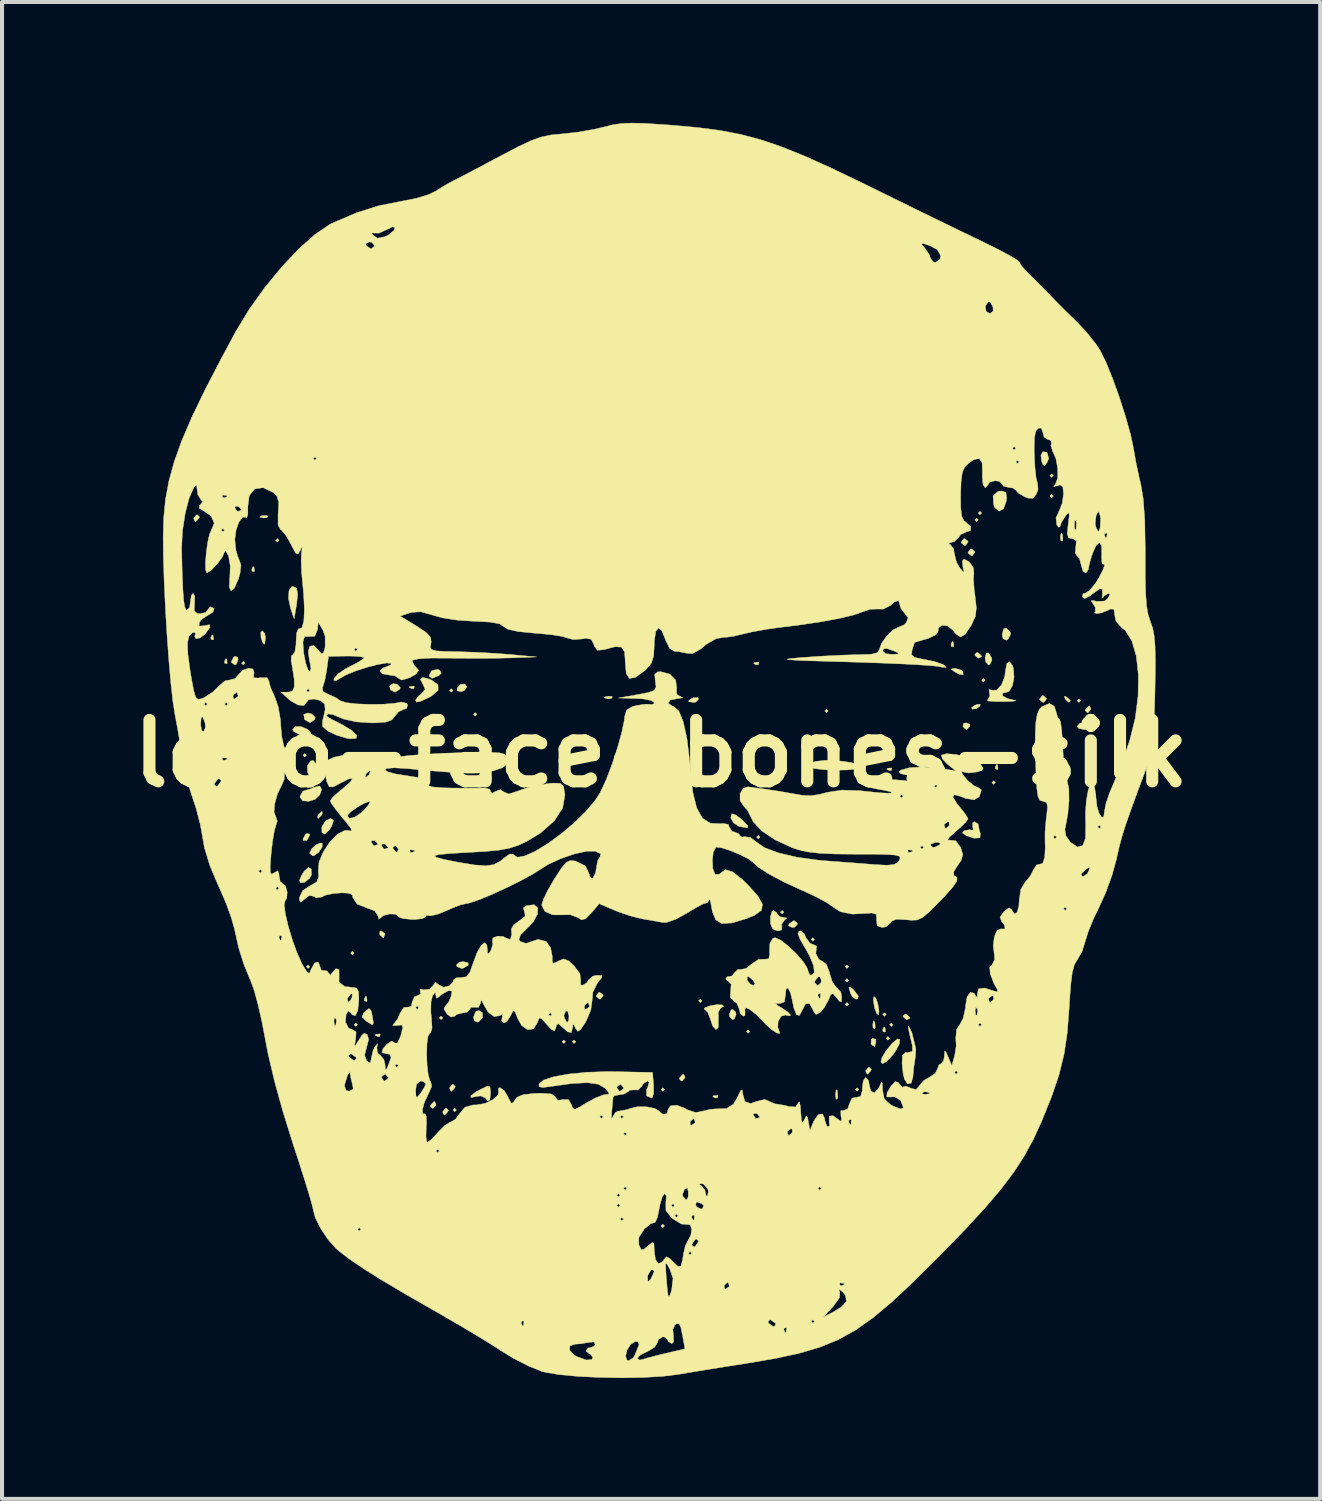
<source format=kicad_pcb>
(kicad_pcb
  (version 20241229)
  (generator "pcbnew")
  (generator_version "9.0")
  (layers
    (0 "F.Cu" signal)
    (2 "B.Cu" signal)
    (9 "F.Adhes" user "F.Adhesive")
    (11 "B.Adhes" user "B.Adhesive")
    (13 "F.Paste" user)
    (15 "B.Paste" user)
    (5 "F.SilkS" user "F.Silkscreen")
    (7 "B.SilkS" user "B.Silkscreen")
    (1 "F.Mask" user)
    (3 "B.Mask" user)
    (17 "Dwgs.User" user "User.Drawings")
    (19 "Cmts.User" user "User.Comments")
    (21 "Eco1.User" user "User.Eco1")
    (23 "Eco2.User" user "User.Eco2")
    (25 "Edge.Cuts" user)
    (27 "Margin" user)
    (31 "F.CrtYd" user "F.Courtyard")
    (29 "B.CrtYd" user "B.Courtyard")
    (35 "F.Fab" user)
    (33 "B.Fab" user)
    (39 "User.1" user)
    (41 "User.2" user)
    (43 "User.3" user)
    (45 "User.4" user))
  (footprint "logo-face-bones-silk"
    (layer "F.Cu")
    (at 13.36 15.656)
    (property "Reference" "logo-face-bones-silk" (at 0 0 0) (layer "F.SilkS") (effects (font (size 1.524 1.524) (thickness 0.3))))
    (attr through_hole)
    (fp_poly (pts (xy -10.329 -2.244) (xy -10.372 -2.201) (xy -10.414 -2.244) (xy -10.372 -2.286) (xy -10.329 -2.244)) (stroke (width 0.01) (type solid)) (fill yes) (layer "F.SilkS"))
    (fp_poly (pts (xy -9.483 -5.292) (xy -9.525 -5.249) (xy -9.567 -5.292) (xy -9.525 -5.334) (xy -9.483 -5.292)) (stroke (width 0.01) (type solid)) (fill yes) (layer "F.SilkS"))
    (fp_poly (pts (xy -8.805 0.042) (xy -8.848 0.085) (xy -8.89 0.042) (xy -8.848 0) (xy -8.805 0.042)) (stroke (width 0.01) (type solid)) (fill yes) (layer "F.SilkS"))
    (fp_poly (pts (xy -8.721 5.292) (xy -8.763 5.334) (xy -8.805 5.292) (xy -8.763 5.249) (xy -8.721 5.292)) (stroke (width 0.01) (type solid)) (fill yes) (layer "F.SilkS"))
    (fp_poly (pts (xy -7.62 4.953) (xy -7.662 4.995) (xy -7.705 4.953) (xy -7.662 4.911) (xy -7.62 4.953)) (stroke (width 0.01) (type solid)) (fill yes) (layer "F.SilkS"))
    (fp_poly (pts (xy -7.535 6.731) (xy -7.578 6.773) (xy -7.62 6.731) (xy -7.578 6.689) (xy -7.535 6.731)) (stroke (width 0.01) (type solid)) (fill yes) (layer "F.SilkS"))
    (fp_poly (pts (xy -5.419 6.562) (xy -5.461 6.604) (xy -5.503 6.562) (xy -5.461 6.519) (xy -5.419 6.562)) (stroke (width 0.01) (type solid)) (fill yes) (layer "F.SilkS"))
    (fp_poly (pts (xy -5.165 -1.566) (xy -5.207 -1.524) (xy -5.249 -1.566) (xy -5.207 -1.609) (xy -5.165 -1.566)) (stroke (width 0.01) (type solid)) (fill yes) (layer "F.SilkS"))
    (fp_poly (pts (xy -5.08 8.848) (xy -5.122 8.89) (xy -5.165 8.848) (xy -5.122 8.805) (xy -5.08 8.848)) (stroke (width 0.01) (type solid)) (fill yes) (layer "F.SilkS"))
    (fp_poly (pts (xy -4.572 -0.974) (xy -4.614 -0.931) (xy -4.657 -0.974) (xy -4.614 -1.016) (xy -4.572 -0.974)) (stroke (width 0.01) (type solid)) (fill yes) (layer "F.SilkS"))
    (fp_poly (pts (xy -2.371 7.154) (xy -2.413 7.197) (xy -2.455 7.154) (xy -2.413 7.112) (xy -2.371 7.154)) (stroke (width 0.01) (type solid)) (fill yes) (layer "F.SilkS"))
    (fp_poly (pts (xy -2.117 7.154) (xy -2.159 7.197) (xy -2.201 7.154) (xy -2.159 7.112) (xy -2.117 7.154)) (stroke (width 0.01) (type solid)) (fill yes) (layer "F.SilkS"))
    (fp_poly (pts (xy 0.085 8.34) (xy 0.042 8.382) (xy 0 8.34) (xy 0.042 8.297) (xy 0.085 8.34)) (stroke (width 0.01) (type solid)) (fill yes) (layer "F.SilkS"))
    (fp_poly (pts (xy 0.085 11.726) (xy 0.042 11.769) (xy 0 11.726) (xy 0.042 11.684) (xy 0.085 11.726)) (stroke (width 0.01) (type solid)) (fill yes) (layer "F.SilkS"))
    (fp_poly (pts (xy 1.016 6.138) (xy 0.974 6.181) (xy 0.931 6.138) (xy 0.974 6.096) (xy 1.016 6.138)) (stroke (width 0.01) (type solid)) (fill yes) (layer "F.SilkS"))
    (fp_poly (pts (xy 2.201 6.9) (xy 2.159 6.943) (xy 2.117 6.9) (xy 2.159 6.858) (xy 2.201 6.9)) (stroke (width 0.01) (type solid)) (fill yes) (layer "F.SilkS"))
    (fp_poly (pts (xy 2.455 2.074) (xy 2.413 2.117) (xy 2.371 2.074) (xy 2.413 2.032) (xy 2.455 2.074)) (stroke (width 0.01) (type solid)) (fill yes) (layer "F.SilkS"))
    (fp_poly (pts (xy 3.048 3.937) (xy 3.006 3.979) (xy 2.963 3.937) (xy 3.006 3.895) (xy 3.048 3.937)) (stroke (width 0.01) (type solid)) (fill yes) (layer "F.SilkS"))
    (fp_poly (pts (xy 3.81 4.614) (xy 3.768 4.657) (xy 3.725 4.614) (xy 3.768 4.572) (xy 3.81 4.614)) (stroke (width 0.01) (type solid)) (fill yes) (layer "F.SilkS"))
    (fp_poly (pts (xy 4.149 -1.058) (xy 4.106 -1.016) (xy 4.064 -1.058) (xy 4.106 -1.101) (xy 4.149 -1.058)) (stroke (width 0.01) (type solid)) (fill yes) (layer "F.SilkS"))
    (fp_poly (pts (xy 4.657 5.292) (xy 4.614 5.334) (xy 4.572 5.292) (xy 4.614 5.249) (xy 4.657 5.292)) (stroke (width 0.01) (type solid)) (fill yes) (layer "F.SilkS"))
    (fp_poly (pts (xy 4.657 5.63) (xy 4.614 5.673) (xy 4.572 5.63) (xy 4.614 5.588) (xy 4.657 5.63)) (stroke (width 0.01) (type solid)) (fill yes) (layer "F.SilkS"))
    (fp_poly (pts (xy 4.657 6.223) (xy 4.614 6.265) (xy 4.572 6.223) (xy 4.614 6.181) (xy 4.657 6.223)) (stroke (width 0.01) (type solid)) (fill yes) (layer "F.SilkS"))
    (fp_poly (pts (xy 4.911 8.34) (xy 4.868 8.382) (xy 4.826 8.34) (xy 4.868 8.297) (xy 4.911 8.34)) (stroke (width 0.01) (type solid)) (fill yes) (layer "F.SilkS"))
    (fp_poly (pts (xy 5.588 6.477) (xy 5.546 6.519) (xy 5.503 6.477) (xy 5.546 6.435) (xy 5.588 6.477)) (stroke (width 0.01) (type solid)) (fill yes) (layer "F.SilkS"))
    (fp_poly (pts (xy 5.673 7.07) (xy 5.63 7.112) (xy 5.588 7.07) (xy 5.63 7.027) (xy 5.673 7.07)) (stroke (width 0.01) (type solid)) (fill yes) (layer "F.SilkS"))
    (fp_poly (pts (xy 5.757 6.731) (xy 5.715 6.773) (xy 5.673 6.731) (xy 5.715 6.689) (xy 5.757 6.731)) (stroke (width 0.01) (type solid)) (fill yes) (layer "F.SilkS"))
    (fp_poly (pts (xy 7.874 -5.8) (xy 7.832 -5.757) (xy 7.789 -5.8) (xy 7.832 -5.842) (xy 7.874 -5.8)) (stroke (width 0.01) (type solid)) (fill yes) (layer "F.SilkS"))
    (fp_poly (pts (xy 7.959 -5.969) (xy 7.916 -5.927) (xy 7.874 -5.969) (xy 7.916 -6.011) (xy 7.959 -5.969)) (stroke (width 0.01) (type solid)) (fill yes) (layer "F.SilkS"))
    (fp_poly (pts (xy 8.043 -1.82) (xy 8.001 -1.778) (xy 7.959 -1.82) (xy 8.001 -1.863) (xy 8.043 -1.82)) (stroke (width 0.01) (type solid)) (fill yes) (layer "F.SilkS"))
    (fp_poly (pts (xy 8.297 0.72) (xy 8.255 0.762) (xy 8.213 0.72) (xy 8.255 0.677) (xy 8.297 0.72)) (stroke (width 0.01) (type solid)) (fill yes) (layer "F.SilkS"))
    (fp_poly (pts (xy 9.737 -6.9) (xy 9.694 -6.858) (xy 9.652 -6.9) (xy 9.694 -6.943) (xy 9.737 -6.9)) (stroke (width 0.01) (type solid)) (fill yes) (layer "F.SilkS"))
    (fp_poly (pts (xy 9.737 -6.392) (xy 9.694 -6.35) (xy 9.652 -6.392) (xy 9.694 -6.435) (xy 9.737 -6.392)) (stroke (width 0.01) (type solid)) (fill yes) (layer "F.SilkS"))
    (fp_poly (pts (xy 10.414 -1.312) (xy 10.372 -1.27) (xy 10.329 -1.312) (xy 10.372 -1.355) (xy 10.414 -1.312)) (stroke (width 0.01) (type solid)) (fill yes) (layer "F.SilkS"))
    (fp_poly (pts (xy -11.12 -2.935) (xy -11.109 -2.835) (xy -11.12 -2.822) (xy -11.17 -2.834) (xy -11.176 -2.879) (xy -11.145 -2.948) (xy -11.12 -2.935)) (stroke (width 0.01) (type solid)) (fill yes) (layer "F.SilkS"))
    (fp_poly (pts (xy -10.781 -2.342) (xy -10.771 -2.242) (xy -10.781 -2.23) (xy -10.831 -2.241) (xy -10.837 -2.286) (xy -10.806 -2.356) (xy -10.781 -2.342)) (stroke (width 0.01) (type solid)) (fill yes) (layer "F.SilkS"))
    (fp_poly (pts (xy -10.104 -4.628) (xy -10.093 -4.528) (xy -10.104 -4.516) (xy -10.154 -4.527) (xy -10.16 -4.572) (xy -10.129 -4.642) (xy -10.104 -4.628)) (stroke (width 0.01) (type solid)) (fill yes) (layer "F.SilkS"))
    (fp_poly (pts (xy -9.76 -5.893) (xy -9.785 -5.855) (xy -9.871 -5.849) (xy -9.961 -5.869) (xy -9.922 -5.9) (xy -9.79 -5.91) (xy -9.76 -5.893)) (stroke (width 0.01) (type solid)) (fill yes) (layer "F.SilkS"))
    (fp_poly (pts (xy -7.31 6.04) (xy -7.299 6.14) (xy -7.31 6.152) (xy -7.36 6.141) (xy -7.366 6.096) (xy -7.335 6.026) (xy -7.31 6.04)) (stroke (width 0.01) (type solid)) (fill yes) (layer "F.SilkS"))
    (fp_poly (pts (xy -6.971 6.971) (xy -6.983 7.021) (xy -7.027 7.027) (xy -7.097 6.996) (xy -7.084 6.971) (xy -6.983 6.961) (xy -6.971 6.971)) (stroke (width 0.01) (type solid)) (fill yes) (layer "F.SilkS"))
    (fp_poly (pts (xy -6.124 -1.665) (xy -6.136 -1.615) (xy -6.181 -1.609) (xy -6.25 -1.64) (xy -6.237 -1.665) (xy -6.137 -1.675) (xy -6.124 -1.665)) (stroke (width 0.01) (type solid)) (fill yes) (layer "F.SilkS"))
    (fp_poly (pts (xy -1.208 -1.406) (xy -1.234 -1.367) (xy -1.319 -1.361) (xy -1.41 -1.382) (xy -1.371 -1.413) (xy -1.238 -1.423) (xy -1.208 -1.406)) (stroke (width 0.01) (type solid)) (fill yes) (layer "F.SilkS"))
    (fp_poly (pts (xy 1.411 8.495) (xy 1.399 8.545) (xy 1.355 8.551) (xy 1.285 8.52) (xy 1.298 8.495) (xy 1.399 8.485) (xy 1.411 8.495)) (stroke (width 0.01) (type solid)) (fill yes) (layer "F.SilkS"))
    (fp_poly (pts (xy 2.427 -2.258) (xy 2.415 -2.207) (xy 2.371 -2.201) (xy 2.301 -2.232) (xy 2.314 -2.258) (xy 2.415 -2.268) (xy 2.427 -2.258)) (stroke (width 0.01) (type solid)) (fill yes) (layer "F.SilkS"))
    (fp_poly (pts (xy 4.374 8.361) (xy 4.385 8.534) (xy 4.374 8.572) (xy 4.343 8.583) (xy 4.331 8.467) (xy 4.345 8.346) (xy 4.374 8.361)) (stroke (width 0.01) (type solid)) (fill yes) (layer "F.SilkS"))
    (fp_poly (pts (xy 5.307 6.673) (xy 5.317 6.805) (xy 5.3 6.835) (xy 5.262 6.81) (xy 5.256 6.724) (xy 5.277 6.634) (xy 5.307 6.673)) (stroke (width 0.01) (type solid)) (fill yes) (layer "F.SilkS"))
    (fp_poly (pts (xy 5.56 6.802) (xy 5.57 6.902) (xy 5.56 6.914) (xy 5.509 6.903) (xy 5.503 6.858) (xy 5.534 6.788) (xy 5.56 6.802)) (stroke (width 0.01) (type solid)) (fill yes) (layer "F.SilkS"))
    (fp_poly (pts (xy 5.729 0.367) (xy 5.717 0.417) (xy 5.673 0.423) (xy 5.603 0.392) (xy 5.616 0.367) (xy 5.717 0.357) (xy 5.729 0.367)) (stroke (width 0.01) (type solid)) (fill yes) (layer "F.SilkS"))
    (fp_poly (pts (xy 7.253 -2.766) (xy 7.263 -2.665) (xy 7.253 -2.653) (xy 7.203 -2.665) (xy 7.197 -2.709) (xy 7.228 -2.779) (xy 7.253 -2.766)) (stroke (width 0.01) (type solid)) (fill yes) (layer "F.SilkS"))
    (fp_poly (pts (xy 8.354 0.282) (xy 8.364 0.383) (xy 8.354 0.395) (xy 8.303 0.383) (xy 8.297 0.339) (xy 8.328 0.269) (xy 8.354 0.282)) (stroke (width 0.01) (type solid)) (fill yes) (layer "F.SilkS"))
    (fp_poly (pts (xy 9.964 -5.435) (xy 9.974 -5.302) (xy 9.957 -5.272) (xy 9.919 -5.298) (xy 9.913 -5.383) (xy 9.933 -5.474) (xy 9.964 -5.435)) (stroke (width 0.01) (type solid)) (fill yes) (layer "F.SilkS"))
    (fp_poly (pts (xy -6.559 -1.723) (xy -6.476 -1.643) (xy -6.482 -1.6) (xy -6.604 -1.526) (xy -6.715 -1.578) (xy -6.74 -1.676) (xy -6.654 -1.734) (xy -6.559 -1.723)) (stroke (width 0.01) (type solid)) (fill yes) (layer "F.SilkS"))
    (fp_poly (pts (xy -4.822 -1.651) (xy -4.887 -1.564) (xy -4.958 -1.537) (xy -5.062 -1.558) (xy -5.062 -1.622) (xy -4.977 -1.718) (xy -4.87 -1.726) (xy -4.822 -1.651)) (stroke (width 0.01) (type solid)) (fill yes) (layer "F.SilkS"))
    (fp_poly (pts (xy 5.322 7.089) (xy 5.334 7.149) (xy 5.306 7.272) (xy 5.233 7.235) (xy 5.211 7.203) (xy 5.221 7.094) (xy 5.248 7.071) (xy 5.322 7.089)) (stroke (width 0.01) (type solid)) (fill yes) (layer "F.SilkS"))
    (fp_poly (pts (xy 7.916 -1.184) (xy 7.825 -1.114) (xy 7.728 -1.102) (xy 7.705 -1.134) (xy 7.771 -1.188) (xy 7.836 -1.218) (xy 7.923 -1.224) (xy 7.916 -1.184)) (stroke (width 0.01) (type solid)) (fill yes) (layer "F.SilkS"))
    (fp_poly (pts (xy 10.062 -1.405) (xy 10.152 -1.326) (xy 10.16 -1.307) (xy 10.12 -1.273) (xy 10.036 -1.351) (xy 10.025 -1.368) (xy 10.015 -1.426) (xy 10.062 -1.405)) (stroke (width 0.01) (type solid)) (fill yes) (layer "F.SilkS"))
    (fp_poly (pts (xy -11.459 -5.875) (xy -11.472 -5.842) (xy -11.548 -5.761) (xy -11.562 -5.757) (xy -11.598 -5.823) (xy -11.599 -5.842) (xy -11.534 -5.923) (xy -11.51 -5.927) (xy -11.459 -5.875)) (stroke (width 0.01) (type solid)) (fill yes) (layer "F.SilkS"))
    (fp_poly (pts (xy -10.511 -2.394) (xy -10.499 -2.333) (xy -10.543 -2.217) (xy -10.583 -2.201) (xy -10.666 -2.262) (xy -10.668 -2.281) (xy -10.606 -2.396) (xy -10.583 -2.413) (xy -10.511 -2.394)) (stroke (width 0.01) (type solid)) (fill yes) (layer "F.SilkS"))
    (fp_poly (pts (xy -9.836 -2.977) (xy -9.821 -2.879) (xy -9.835 -2.741) (xy -9.854 -2.709) (xy -9.898 -2.779) (xy -9.931 -2.879) (xy -9.935 -3.014) (xy -9.898 -3.048) (xy -9.836 -2.977)) (stroke (width 0.01) (type solid)) (fill yes) (layer "F.SilkS"))
    (fp_poly (pts (xy -8.727 1.994) (xy -8.721 2.022) (xy -8.782 2.142) (xy -8.805 2.159) (xy -8.883 2.155) (xy -8.89 2.127) (xy -8.828 2.007) (xy -8.805 1.99) (xy -8.727 1.994)) (stroke (width 0.01) (type solid)) (fill yes) (layer "F.SilkS"))
    (fp_poly (pts (xy -8.677 -0.985) (xy -8.586 -0.901) (xy -8.593 -0.847) (xy -8.715 -0.766) (xy -8.841 -0.837) (xy -8.851 -0.852) (xy -8.87 -0.971) (xy -8.766 -1.007) (xy -8.677 -0.985)) (stroke (width 0.01) (type solid)) (fill yes) (layer "F.SilkS"))
    (fp_poly (pts (xy -8.672 0.717) (xy -8.678 0.762) (xy -8.751 0.843) (xy -8.763 0.847) (xy -8.83 0.788) (xy -8.848 0.762) (xy -8.828 0.69) (xy -8.763 0.677) (xy -8.672 0.717)) (stroke (width 0.01) (type solid)) (fill yes) (layer "F.SilkS"))
    (fp_poly (pts (xy -8.409 1.494) (xy -8.424 1.524) (xy -8.504 1.605) (xy -8.519 1.609) (xy -8.525 1.554) (xy -8.509 1.524) (xy -8.429 1.443) (xy -8.414 1.439) (xy -8.409 1.494)) (stroke (width 0.01) (type solid)) (fill yes) (layer "F.SilkS"))
    (fp_poly (pts (xy -6.861 4.464) (xy -6.858 4.487) (xy -6.887 4.57) (xy -6.895 4.572) (xy -6.968 4.513) (xy -6.985 4.487) (xy -6.978 4.409) (xy -6.948 4.403) (xy -6.861 4.464)) (stroke (width 0.01) (type solid)) (fill yes) (layer "F.SilkS"))
    (fp_poly (pts (xy -5.589 8.702) (xy -5.588 8.721) (xy -5.653 8.802) (xy -5.678 8.805) (xy -5.728 8.753) (xy -5.715 8.721) (xy -5.639 8.64) (xy -5.625 8.636) (xy -5.589 8.702)) (stroke (width 0.01) (type solid)) (fill yes) (layer "F.SilkS"))
    (fp_poly (pts (xy -5.494 -2.069) (xy -5.456 -1.992) (xy -5.515 -1.938) (xy -5.683 -1.868) (xy -5.756 -1.921) (xy -5.757 -1.942) (xy -5.691 -2.06) (xy -5.55 -2.09) (xy -5.494 -2.069)) (stroke (width 0.01) (type solid)) (fill yes) (layer "F.SilkS"))
    (fp_poly (pts (xy -5.278 8.857) (xy -5.292 8.89) (xy -5.368 8.971) (xy -5.381 8.975) (xy -5.418 8.909) (xy -5.419 8.89) (xy -5.354 8.809) (xy -5.329 8.805) (xy -5.278 8.857)) (stroke (width 0.01) (type solid)) (fill yes) (layer "F.SilkS"))
    (fp_poly (pts (xy -5.109 8.265) (xy -5.122 8.297) (xy -5.198 8.378) (xy -5.212 8.382) (xy -5.248 8.316) (xy -5.249 8.297) (xy -5.184 8.216) (xy -5.16 8.213) (xy -5.109 8.265)) (stroke (width 0.01) (type solid)) (fill yes) (layer "F.SilkS"))
    (fp_poly (pts (xy -4.789 5.197) (xy -4.784 5.249) (xy -4.906 5.327) (xy -4.958 5.334) (xy -5.067 5.287) (xy -5.08 5.249) (xy -5.009 5.181) (xy -4.906 5.165) (xy -4.789 5.197)) (stroke (width 0.01) (type solid)) (fill yes) (layer "F.SilkS"))
    (fp_poly (pts (xy -4.433 6.434) (xy -4.434 6.551) (xy -4.52 6.654) (xy -4.551 6.668) (xy -4.638 6.629) (xy -4.657 6.54) (xy -4.6 6.407) (xy -4.526 6.378) (xy -4.433 6.434)) (stroke (width 0.01) (type solid)) (fill yes) (layer "F.SilkS"))
    (fp_poly (pts (xy -1.442 5.991) (xy -1.439 6.011) (xy -1.504 6.094) (xy -1.524 6.096) (xy -1.606 6.032) (xy -1.609 6.011) (xy -1.544 5.929) (xy -1.524 5.927) (xy -1.442 5.991)) (stroke (width 0.01) (type solid)) (fill yes) (layer "F.SilkS"))
    (fp_poly (pts (xy 0.592 8.024) (xy 0.593 8.043) (xy 0.528 8.125) (xy 0.503 8.128) (xy 0.452 8.076) (xy 0.466 8.043) (xy 0.542 7.963) (xy 0.555 7.959) (xy 0.592 8.024)) (stroke (width 0.01) (type solid)) (fill yes) (layer "F.SilkS"))
    (fp_poly (pts (xy 0.931 -1.352) (xy 0.863 -1.279) (xy 0.804 -1.27) (xy 0.691 -1.288) (xy 0.677 -1.303) (xy 0.744 -1.358) (xy 0.804 -1.385) (xy 0.913 -1.387) (xy 0.931 -1.352)) (stroke (width 0.01) (type solid)) (fill yes) (layer "F.SilkS"))
    (fp_poly (pts (xy 1.853 6.419) (xy 1.863 6.477) (xy 1.817 6.59) (xy 1.778 6.604) (xy 1.703 6.535) (xy 1.693 6.477) (xy 1.739 6.364) (xy 1.778 6.35) (xy 1.853 6.419)) (stroke (width 0.01) (type solid)) (fill yes) (layer "F.SilkS"))
    (fp_poly (pts (xy 3.384 4.213) (xy 3.387 4.233) (xy 3.318 4.308) (xy 3.255 4.318) (xy 3.167 4.277) (xy 3.175 4.233) (xy 3.283 4.152) (xy 3.307 4.149) (xy 3.384 4.213)) (stroke (width 0.01) (type solid)) (fill yes) (layer "F.SilkS"))
    (fp_poly (pts (xy 4.784 5.872) (xy 4.899 6.021) (xy 4.874 6.091) (xy 4.835 6.096) (xy 4.743 6.028) (xy 4.708 5.962) (xy 4.661 5.808) (xy 4.699 5.796) (xy 4.784 5.872)) (stroke (width 0.01) (type solid)) (fill yes) (layer "F.SilkS"))
    (fp_poly (pts (xy 5.22 7.841) (xy 5.207 7.874) (xy 5.131 7.955) (xy 5.117 7.959) (xy 5.081 7.893) (xy 5.08 7.874) (xy 5.145 7.793) (xy 5.17 7.789) (xy 5.22 7.841)) (stroke (width 0.01) (type solid)) (fill yes) (layer "F.SilkS"))
    (fp_poly (pts (xy 5.331 6.072) (xy 5.382 6.217) (xy 5.41 6.396) (xy 5.397 6.485) (xy 5.349 6.446) (xy 5.298 6.302) (xy 5.27 6.122) (xy 5.283 6.034) (xy 5.331 6.072)) (stroke (width 0.01) (type solid)) (fill yes) (layer "F.SilkS"))
    (fp_poly (pts (xy 6.096 6.477) (xy 6.177 6.553) (xy 6.181 6.567) (xy 6.115 6.603) (xy 6.096 6.604) (xy 6.015 6.539) (xy 6.011 6.514) (xy 6.063 6.464) (xy 6.096 6.477)) (stroke (width 0.01) (type solid)) (fill yes) (layer "F.SilkS"))
    (fp_poly (pts (xy 7.451 -2.072) (xy 7.493 -2.032) (xy 7.5 -1.957) (xy 7.399 -1.97) (xy 7.281 -2.032) (xy 7.202 -2.098) (xy 7.278 -2.115) (xy 7.298 -2.115) (xy 7.451 -2.072)) (stroke (width 0.01) (type solid)) (fill yes) (layer "F.SilkS"))
    (fp_poly (pts (xy 7.618 -5.27) (xy 7.62 -5.249) (xy 7.556 -5.167) (xy 7.535 -5.165) (xy 7.453 -5.229) (xy 7.451 -5.249) (xy 7.515 -5.332) (xy 7.535 -5.334) (xy 7.618 -5.27)) (stroke (width 0.01) (type solid)) (fill yes) (layer "F.SilkS"))
    (fp_poly (pts (xy 7.669 -0.722) (xy 7.662 -0.677) (xy 7.59 -0.597) (xy 7.578 -0.593) (xy 7.51 -0.652) (xy 7.493 -0.677) (xy 7.513 -0.749) (xy 7.578 -0.762) (xy 7.669 -0.722)) (stroke (width 0.01) (type solid)) (fill yes) (layer "F.SilkS"))
    (fp_poly (pts (xy 7.787 -5.016) (xy 7.789 -4.995) (xy 7.725 -4.913) (xy 7.705 -4.911) (xy 7.622 -4.975) (xy 7.62 -4.995) (xy 7.684 -5.078) (xy 7.705 -5.08) (xy 7.787 -5.016)) (stroke (width 0.01) (type solid)) (fill yes) (layer "F.SilkS"))
    (fp_poly (pts (xy 7.874 -2.498) (xy 7.955 -2.422) (xy 7.959 -2.408) (xy 7.893 -2.372) (xy 7.874 -2.371) (xy 7.793 -2.436) (xy 7.789 -2.46) (xy 7.841 -2.511) (xy 7.874 -2.498)) (stroke (width 0.01) (type solid)) (fill yes) (layer "F.SilkS"))
    (fp_poly (pts (xy 8.206 -2.375) (xy 8.213 -2.323) (xy 8.165 -2.214) (xy 8.128 -2.201) (xy 8.06 -2.272) (xy 8.043 -2.376) (xy 8.076 -2.493) (xy 8.128 -2.498) (xy 8.206 -2.375)) (stroke (width 0.01) (type solid)) (fill yes) (layer "F.SilkS"))
    (fp_poly (pts (xy 8.671 -3.008) (xy 8.678 -2.963) (xy 8.612 -2.836) (xy 8.572 -2.815) (xy 8.488 -2.854) (xy 8.467 -2.963) (xy 8.506 -3.098) (xy 8.572 -3.111) (xy 8.671 -3.008)) (stroke (width 0.01) (type solid)) (fill yes) (layer "F.SilkS"))
    (fp_poly (pts (xy 9.565 -1.375) (xy 9.567 -1.355) (xy 9.503 -1.272) (xy 9.483 -1.27) (xy 9.4 -1.334) (xy 9.398 -1.355) (xy 9.462 -1.437) (xy 9.483 -1.439) (xy 9.565 -1.375)) (stroke (width 0.01) (type solid)) (fill yes) (layer "F.SilkS"))
    (fp_poly (pts (xy 10.595 -0.71) (xy 10.626 -0.677) (xy 10.6 -0.611) (xy 10.504 -0.593) (xy 10.363 -0.627) (xy 10.329 -0.677) (xy 10.398 -0.753) (xy 10.451 -0.762) (xy 10.595 -0.71)) (stroke (width 0.01) (type solid)) (fill yes) (layer "F.SilkS"))
    (fp_poly (pts (xy 10.667 -1.12) (xy 10.668 -1.101) (xy 10.603 -1.019) (xy 10.578 -1.016) (xy 10.528 -1.068) (xy 10.541 -1.101) (xy 10.617 -1.181) (xy 10.631 -1.185) (xy 10.667 -1.12)) (stroke (width 0.01) (type solid)) (fill yes) (layer "F.SilkS"))
    (fp_poly (pts (xy -9.048 -4.104) (xy -9.02 -3.951) (xy -9.051 -3.683) (xy -9.108 -3.344) (xy -9.195 -3.598) (xy -9.248 -3.846) (xy -9.236 -4.045) (xy -9.165 -4.145) (xy -9.143 -4.149) (xy -9.048 -4.104)) (stroke (width 0.01) (type solid)) (fill yes) (layer "F.SilkS"))
    (fp_poly (pts (xy -8.684 2.87) (xy -8.678 3.011) (xy -8.724 3.094) (xy -8.853 3.2) (xy -8.952 3.205) (xy -8.975 3.149) (xy -8.929 3.033) (xy -8.861 2.924) (xy -8.754 2.826) (xy -8.684 2.87)) (stroke (width 0.01) (type solid)) (fill yes) (layer "F.SilkS"))
    (fp_poly (pts (xy -8.575 0.242) (xy -8.531 0.381) (xy -8.547 0.544) (xy -8.638 0.6) (xy -8.744 0.529) (xy -8.773 0.47) (xy -8.78 0.303) (xy -8.698 0.185) (xy -8.641 0.169) (xy -8.575 0.242)) (stroke (width 0.01) (type solid)) (fill yes) (layer "F.SilkS"))
    (fp_poly (pts (xy -8.132 1.663) (xy -8.183 1.813) (xy -8.242 1.902) (xy -8.349 2) (xy -8.419 1.956) (xy -8.421 1.82) (xy -8.332 1.677) (xy -8.204 1.609) (xy -8.202 1.609) (xy -8.132 1.663)) (stroke (width 0.01) (type solid)) (fill yes) (layer "F.SilkS"))
    (fp_poly (pts (xy 9.575 -7.476) (xy 9.586 -7.466) (xy 9.622 -7.321) (xy 9.589 -7.238) (xy 9.519 -7.138) (xy 9.472 -7.189) (xy 9.453 -7.237) (xy 9.429 -7.401) (xy 9.479 -7.496) (xy 9.575 -7.476)) (stroke (width 0.01) (type solid)) (fill yes) (layer "F.SilkS"))
    (fp_poly (pts (xy -8.937 -0.668) (xy -8.782 -0.604) (xy -8.721 -0.55) (xy -8.67 -0.456) (xy -8.746 -0.431) (xy -8.964 -0.473) (xy -8.996 -0.482) (xy -9.121 -0.551) (xy -9.144 -0.599) (xy -9.081 -0.668) (xy -8.937 -0.668)) (stroke (width 0.01) (type solid)) (fill yes) (layer "F.SilkS"))
    (fp_poly (pts (xy -8.41 2.23) (xy -8.414 2.324) (xy -8.499 2.449) (xy -8.612 2.533) (xy -8.646 2.54) (xy -8.72 2.477) (xy -8.721 2.466) (xy -8.665 2.355) (xy -8.546 2.255) (xy -8.434 2.218) (xy -8.41 2.23)) (stroke (width 0.01) (type solid)) (fill yes) (layer "F.SilkS"))
    (fp_poly (pts (xy -7.197 6.387) (xy -7.171 6.501) (xy -7.141 6.689) (xy -7.169 6.736) (xy -7.28 6.667) (xy -7.313 6.644) (xy -7.42 6.542) (xy -7.388 6.447) (xy -7.343 6.4) (xy -7.248 6.328) (xy -7.197 6.387)) (stroke (width 0.01) (type solid)) (fill yes) (layer "F.SilkS"))
    (fp_poly (pts (xy 8.56 -6.483) (xy 8.579 -6.346) (xy 8.569 -6.265) (xy 8.5 -6.074) (xy 8.393 -6.017) (xy 8.288 -6.103) (xy 8.255 -6.18) (xy 8.242 -6.392) (xy 8.358 -6.505) (xy 8.457 -6.519) (xy 8.56 -6.483)) (stroke (width 0.01) (type solid)) (fill yes) (layer "F.SilkS"))
    (fp_poly (pts (xy 1.855 1.525) (xy 2.008 1.641) (xy 2.03 1.662) (xy 2.156 1.798) (xy 2.144 1.845) (xy 1.983 1.818) (xy 1.933 1.806) (xy 1.802 1.723) (xy 1.73 1.599) (xy 1.753 1.5) (xy 1.761 1.495) (xy 1.855 1.525)) (stroke (width 0.01) (type solid)) (fill yes) (layer "F.SilkS"))
    (fp_poly (pts (xy -8.426 0.89) (xy -8.473 1.027) (xy -8.59 1.137) (xy -8.751 1.186) (xy -8.895 1.17) (xy -8.962 1.086) (xy -8.96 1.054) (xy -8.891 0.936) (xy -8.848 0.919) (xy -8.705 0.878) (xy -8.626 0.841) (xy -8.473 0.804) (xy -8.426 0.89)) (stroke (width 0.01) (type solid)) (fill yes) (layer "F.SilkS"))
    (fp_poly (pts (xy 5.928 7.097) (xy 5.915 7.205) (xy 5.824 7.38) (xy 5.751 7.482) (xy 5.598 7.644) (xy 5.491 7.7) (xy 5.458 7.642) (xy 5.48 7.556) (xy 5.577 7.391) (xy 5.729 7.2) (xy 5.732 7.198) (xy 5.867 7.085) (xy 5.928 7.097)) (stroke (width 0.01) (type solid)) (fill yes) (layer "F.SilkS"))
    (fp_poly (pts (xy -4.247 8.272) (xy -4.233 8.395) (xy -4.233 8.422) (xy -4.252 8.602) (xy -4.308 8.618) (xy -4.362 8.548) (xy -4.477 8.498) (xy -4.579 8.511) (xy -4.718 8.538) (xy -4.723 8.495) (xy -4.601 8.403) (xy -4.487 8.34) (xy -4.316 8.258) (xy -4.247 8.272)) (stroke (width 0.01) (type solid)) (fill yes) (layer "F.SilkS"))
    (fp_poly (pts (xy 7.87 1.748) (xy 7.874 1.771) (xy 7.902 1.913) (xy 7.925 1.983) (xy 7.917 2.091) (xy 7.777 2.101) (xy 7.583 2.041) (xy 7.481 1.971) (xy 7.52 1.915) (xy 7.664 1.889) (xy 7.704 1.904) (xy 7.752 1.891) (xy 7.737 1.825) (xy 7.738 1.713) (xy 7.78 1.693) (xy 7.87 1.748)) (stroke (width 0.01) (type solid)) (fill yes) (layer "F.SilkS"))
    (fp_poly (pts (xy -5.729 -1.839) (xy -5.711 -1.832) (xy -5.538 -1.707) (xy -5.533 -1.572) (xy -5.697 -1.43) (xy -5.753 -1.399) (xy -5.968 -1.297) (xy -6.071 -1.277) (xy -6.096 -1.324) (xy -6.036 -1.412) (xy -5.951 -1.484) (xy -5.856 -1.594) (xy -5.907 -1.713) (xy -5.908 -1.713) (xy -5.975 -1.844) (xy -5.909 -1.89) (xy -5.729 -1.839)) (stroke (width 0.01) (type solid)) (fill yes) (layer "F.SilkS"))
    (fp_poly (pts (xy 2.876 3.959) (xy 2.879 3.979) (xy 2.949 4.052) (xy 3.027 4.065) (xy 3.121 4.082) (xy 3.058 4.14) (xy 2.986 4.251) (xy 3 4.309) (xy 2.99 4.382) (xy 2.891 4.402) (xy 2.776 4.355) (xy 2.766 4.346) (xy 2.717 4.223) (xy 2.714 4.056) (xy 2.752 3.923) (xy 2.794 3.895) (xy 2.876 3.959)) (stroke (width 0.01) (type solid)) (fill yes) (layer "F.SilkS"))
    (fp_poly (pts (xy 4.44 0.184) (xy 4.718 0.223) (xy 4.9 0.278) (xy 4.95 0.343) (xy 4.947 0.349) (xy 4.845 0.385) (xy 4.629 0.406) (xy 4.353 0.412) (xy 4.072 0.403) (xy 3.841 0.376) (xy 3.788 0.365) (xy 3.673 0.306) (xy 3.7 0.244) (xy 3.843 0.193) (xy 4.078 0.169) (xy 4.101 0.169) (xy 4.44 0.184)) (stroke (width 0.01) (type solid)) (fill yes) (layer "F.SilkS"))
    (fp_poly (pts (xy 1.516 6.238) (xy 1.555 6.273) (xy 1.475 6.321) (xy 1.422 6.418) (xy 1.422 6.606) (xy 1.422 6.606) (xy 1.42 6.799) (xy 1.361 6.852) (xy 1.281 6.763) (xy 1.228 6.604) (xy 1.16 6.424) (xy 1.074 6.343) (xy 1.073 6.343) (xy 1.072 6.318) (xy 1.201 6.268) (xy 1.223 6.261) (xy 1.392 6.231) (xy 1.516 6.238)) (stroke (width 0.01) (type solid)) (fill yes) (layer "F.SilkS"))
    (fp_poly (pts (xy 6.189 6.852) (xy 6.229 6.939) (xy 6.325 7.332) (xy 6.312 7.531) (xy 6.273 7.793) (xy 6.253 8.015) (xy 6.253 8.022) (xy 6.21 8.18) (xy 6.122 8.2) (xy 6.042 8.087) (xy 6.005 7.916) (xy 5.982 7.685) (xy 5.992 7.492) (xy 6.064 7.423) (xy 6.126 7.421) (xy 6.238 7.394) (xy 6.24 7.258) (xy 6.238 7.252) (xy 6.166 6.948) (xy 6.134 6.791) (xy 6.142 6.764) (xy 6.189 6.852)) (stroke (width 0.01) (type solid)) (fill yes) (layer "F.SilkS"))
    (fp_poly (pts (xy 8.728 -2.174) (xy 8.743 -2.125) (xy 8.763 -1.901) (xy 8.723 -1.687) (xy 8.641 -1.547) (xy 8.584 -1.524) (xy 8.468 -1.496) (xy 8.481 -1.432) (xy 8.597 -1.365) (xy 8.742 -1.331) (xy 8.811 -1.313) (xy 8.728 -1.298) (xy 8.512 -1.29) (xy 8.509 -1.29) (xy 8.261 -1.293) (xy 8.116 -1.306) (xy 8.102 -1.324) (xy 8.163 -1.425) (xy 8.151 -1.501) (xy 8.141 -1.592) (xy 8.204 -1.572) (xy 8.329 -1.575) (xy 8.449 -1.701) (xy 8.531 -1.906) (xy 8.549 -2.053) (xy 8.582 -2.235) (xy 8.653 -2.279) (xy 8.728 -2.174)) (stroke (width 0.01) (type solid)) (fill yes) (layer "F.SilkS"))
    (fp_poly (pts (xy 3.552 4.473) (xy 3.598 4.572) (xy 3.695 4.709) (xy 3.778 4.741) (xy 3.864 4.78) (xy 3.857 4.818) (xy 3.842 4.966) (xy 3.916 5.11) (xy 4.021 5.165) (xy 4.106 5.239) (xy 4.177 5.422) (xy 4.186 5.465) (xy 4.255 5.678) (xy 4.35 5.806) (xy 4.365 5.813) (xy 4.463 5.926) (xy 4.485 6.042) (xy 4.475 6.167) (xy 4.426 6.146) (xy 4.36 6.062) (xy 4.267 5.957) (xy 4.209 5.99) (xy 4.16 6.108) (xy 4.05 6.31) (xy 3.953 6.421) (xy 3.845 6.477) (xy 3.78 6.388) (xy 3.769 6.354) (xy 3.682 6.202) (xy 3.584 6.215) (xy 3.514 6.35) (xy 3.437 6.499) (xy 3.362 6.484) (xy 3.295 6.312) (xy 3.27 6.186) (xy 3.23 6.011) (xy 3.895 6.011) (xy 3.926 6.081) (xy 3.951 6.068) (xy 3.961 5.967) (xy 3.951 5.955) (xy 3.901 5.967) (xy 3.895 6.011) (xy 3.23 6.011) (xy 3.216 5.95) (xy 3.157 5.825) (xy 3.108 5.826) (xy 3.087 5.972) (xy 3.087 5.996) (xy 3.062 6.162) (xy 2.959 6.204) (xy 2.921 6.201) (xy 2.837 6.203) (xy 2.896 6.257) (xy 2.985 6.309) (xy 3.149 6.419) (xy 3.216 6.495) (xy 3.17 6.513) (xy 3.095 6.49) (xy 2.983 6.518) (xy 2.906 6.645) (xy 2.898 6.803) (xy 2.921 6.857) (xy 2.947 6.944) (xy 2.88 6.939) (xy 2.751 6.858) (xy 2.597 6.718) (xy 2.562 6.68) (xy 2.364 6.479) (xy 2.199 6.349) (xy 2.096 6.308) (xy 2.078 6.37) (xy 2.085 6.39) (xy 2.083 6.5) (xy 2.041 6.519) (xy 1.964 6.449) (xy 1.947 6.359) (xy 1.884 6.2) (xy 1.811 6.147) (xy 1.716 6.047) (xy 1.728 5.884) (xy 1.74 5.724) (xy 1.695 5.673) (xy 1.643 5.632) (xy 2.137 5.632) (xy 2.222 5.73) (xy 2.301 5.757) (xy 2.335 5.709) (xy 2.316 5.678) (xy 3.81 5.678) (xy 3.875 5.755) (xy 3.895 5.757) (xy 3.969 5.688) (xy 3.979 5.625) (xy 3.938 5.538) (xy 3.895 5.546) (xy 3.813 5.654) (xy 3.81 5.678) (xy 2.316 5.678) (xy 2.284 5.628) (xy 2.181 5.54) (xy 2.138 5.538) (xy 2.137 5.632) (xy 1.643 5.632) (xy 1.612 5.608) (xy 1.609 5.583) (xy 1.659 5.53) (xy 1.684 5.54) (xy 1.773 5.516) (xy 1.812 5.452) (xy 1.911 5.357) (xy 1.978 5.36) (xy 2.112 5.335) (xy 2.237 5.234) (xy 2.417 5.111) (xy 2.544 5.106) (xy 2.672 5.097) (xy 2.693 5.008) (xy 2.699 4.724) (xy 2.772 4.588) (xy 2.833 4.572) (xy 2.97 4.632) (xy 3.163 4.783) (xy 3.368 4.981) (xy 3.54 5.181) (xy 3.634 5.339) (xy 3.641 5.373) (xy 3.685 5.488) (xy 3.725 5.503) (xy 3.803 5.439) (xy 3.787 5.268) (xy 3.685 5.018) (xy 3.601 4.868) (xy 3.452 4.612) (xy 3.396 4.468) (xy 3.425 4.408) (xy 3.466 4.403) (xy 3.552 4.473)) (stroke (width 0.01) (type solid)) (fill yes) (layer "F.SilkS"))
    (fp_poly (pts (xy 0.218 -1.971) (xy 0.363 -1.821) (xy 0.387 -1.628) (xy 0.383 -1.616) (xy 0.389 -1.468) (xy 0.483 -1.414) (xy 0.538 -1.383) (xy 0.426 -1.366) (xy 0.402 -1.364) (xy 0.222 -1.326) (xy 0.175 -1.253) (xy 0.275 -1.179) (xy 0.318 -1.166) (xy 0.445 -1.049) (xy 0.555 -0.774) (xy 0.645 -0.354) (xy 0.711 0.2) (xy 0.727 0.401) (xy 0.786 0.951) (xy 0.884 1.347) (xy 1.026 1.603) (xy 1.222 1.73) (xy 1.478 1.743) (xy 1.531 1.734) (xy 1.667 1.757) (xy 1.693 1.825) (xy 1.761 1.933) (xy 1.82 1.947) (xy 1.933 1.992) (xy 1.947 2.029) (xy 2.009 2.076) (xy 2.075 2.063) (xy 2.221 2.084) (xy 2.35 2.185) (xy 2.563 2.334) (xy 2.917 2.467) (xy 3.381 2.575) (xy 3.927 2.649) (xy 4.106 2.664) (xy 4.52 2.695) (xy 4.953 2.728) (xy 5.309 2.756) (xy 5.609 2.772) (xy 5.785 2.755) (xy 5.881 2.698) (xy 5.914 2.648) (xy 5.936 2.588) (xy 5.909 2.546) (xy 5.809 2.52) (xy 5.612 2.505) (xy 5.293 2.499) (xy 4.839 2.498) (xy 4.321 2.493) (xy 3.934 2.475) (xy 3.641 2.441) (xy 3.457 2.399) (xy 6.124 2.399) (xy 6.136 2.449) (xy 6.181 2.455) (xy 6.25 2.424) (xy 6.237 2.399) (xy 6.137 2.389) (xy 6.124 2.399) (xy 3.457 2.399) (xy 3.404 2.387) (xy 3.26 2.338) (xy 3.238 2.328) (xy 6.435 2.328) (xy 6.477 2.371) (xy 6.519 2.328) (xy 6.477 2.286) (xy 6.435 2.328) (xy 3.238 2.328) (xy 3.14 2.283) (xy 6.689 2.283) (xy 6.751 2.33) (xy 6.816 2.317) (xy 6.927 2.257) (xy 6.943 2.235) (xy 6.874 2.205) (xy 6.816 2.201) (xy 6.703 2.246) (xy 6.689 2.283) (xy 3.14 2.283) (xy 2.835 2.143) (xy 2.5 1.92) (xy 2.368 1.778) (xy 7.027 1.778) (xy 7.056 1.86) (xy 7.065 1.863) (xy 7.137 1.803) (xy 7.154 1.778) (xy 7.148 1.7) (xy 7.117 1.693) (xy 7.031 1.755) (xy 7.027 1.778) (xy 2.368 1.778) (xy 2.286 1.69) (xy 2.237 1.588) (xy 2.138 1.397) (xy 2.054 1.308) (xy 1.961 1.166) (xy 1.961 1.058) (xy 5.927 1.058) (xy 5.969 1.101) (xy 6.011 1.058) (xy 5.969 1.016) (xy 5.927 1.058) (xy 1.961 1.058) (xy 1.961 0.995) (xy 2.039 0.861) (xy 2.159 0.827) (xy 2.361 0.854) (xy 2.615 0.888) (xy 2.625 0.89) (xy 2.931 0.936) (xy 3.217 0.986) (xy 3.512 1.037) (xy 3.725 1.046) (xy 3.939 1.012) (xy 4.128 0.962) (xy 4.495 0.907) (xy 4.956 0.923) (xy 5.095 0.939) (xy 5.415 0.972) (xy 5.633 0.984) (xy 5.736 0.975) (xy 5.708 0.95) (xy 5.534 0.91) (xy 5.38 0.885) (xy 5.14 0.83) (xy 5.098 0.804) (xy 6.773 0.804) (xy 6.816 0.847) (xy 6.858 0.804) (xy 6.816 0.762) (xy 6.773 0.804) (xy 5.098 0.804) (xy 5.025 0.76) (xy 5.02 0.731) (xy 5.121 0.673) (xy 5.347 0.643) (xy 5.656 0.64) (xy 6.006 0.666) (xy 6.25 0.701) (xy 6.475 0.727) (xy 6.57 0.706) (xy 6.567 0.687) (xy 6.46 0.624) (xy 6.25 0.564) (xy 6.166 0.548) (xy 5.957 0.502) (xy 5.9 0.456) (xy 5.95 0.412) (xy 6.163 0.352) (xy 6.48 0.332) (xy 6.84 0.352) (xy 7.027 0.38) (xy 7.324 0.435) (xy 7.113 0.266) (xy 6.985 0.134) (xy 6.958 0.042) (xy 6.961 0.038) (xy 7.094 0.004) (xy 7.319 0.024) (xy 7.574 0.084) (xy 7.798 0.17) (xy 7.911 0.248) (xy 7.998 0.364) (xy 7.953 0.423) (xy 7.832 0.458) (xy 7.639 0.482) (xy 7.531 0.463) (xy 7.454 0.439) (xy 7.479 0.512) (xy 7.593 0.65) (xy 7.62 0.677) (xy 7.772 0.802) (xy 7.874 0.847) (xy 7.953 0.901) (xy 7.907 1.05) (xy 7.892 1.075) (xy 7.772 1.148) (xy 7.559 1.113) (xy 7.426 1.061) (xy 7.272 1.02) (xy 7.246 1.085) (xy 7.35 1.251) (xy 7.408 1.32) (xy 7.545 1.492) (xy 7.617 1.61) (xy 7.62 1.624) (xy 7.56 1.707) (xy 7.409 1.852) (xy 7.309 1.937) (xy 7.144 2.088) (xy 7.117 2.153) (xy 7.166 2.149) (xy 7.318 2.166) (xy 7.435 2.327) (xy 7.436 2.329) (xy 7.491 2.508) (xy 7.445 2.66) (xy 7.361 2.777) (xy 7.262 2.94) (xy 7.268 3.029) (xy 7.275 3.032) (xy 7.348 3.081) (xy 7.34 3.17) (xy 7.238 3.319) (xy 7.029 3.553) (xy 6.899 3.688) (xy 6.66 3.929) (xy 6.493 4.069) (xy 6.357 4.131) (xy 6.208 4.138) (xy 6.089 4.125) (xy 5.842 4.112) (xy 5.719 4.165) (xy 5.7 4.198) (xy 5.588 4.298) (xy 5.489 4.318) (xy 5.364 4.274) (xy 5.35 4.128) (xy 5.342 3.989) (xy 5.232 3.957) (xy 5.165 3.963) (xy 4.75 3.985) (xy 4.457 3.928) (xy 4.284 3.818) (xy 4.122 3.705) (xy 3.855 3.56) (xy 3.535 3.409) (xy 3.471 3.382) (xy 3.04 3.184) (xy 2.674 2.989) (xy 2.408 2.816) (xy 2.286 2.702) (xy 2.17 2.615) (xy 1.962 2.51) (xy 1.722 2.41) (xy 1.505 2.34) (xy 1.37 2.322) (xy 1.359 2.326) (xy 1.297 2.444) (xy 1.273 2.647) (xy 1.285 2.856) (xy 1.337 2.992) (xy 1.349 3.002) (xy 1.458 2.991) (xy 1.481 2.965) (xy 1.599 2.883) (xy 1.778 2.938) (xy 2.026 3.133) (xy 2.162 3.267) (xy 2.409 3.544) (xy 2.518 3.744) (xy 2.49 3.893) (xy 2.322 4.014) (xy 2.122 4.096) (xy 1.756 4.206) (xy 1.509 4.218) (xy 1.356 4.127) (xy 1.274 3.924) (xy 1.261 3.852) (xy 1.227 3.669) (xy 1.203 3.604) (xy 1.197 3.619) (xy 1.147 3.707) (xy 1.122 3.708) (xy 1.022 3.742) (xy 0.829 3.846) (xy 0.642 3.961) (xy 0.364 4.114) (xy 0.136 4.192) (xy 0.05 4.194) (xy -0.153 4.157) (xy -0.415 4.112) (xy -0.448 4.107) (xy -0.73 4.039) (xy -1.051 3.932) (xy -1.151 3.891) (xy -1.534 3.727) (xy -1.731 3.956) (xy -1.875 4.102) (xy -1.978 4.126) (xy -2.064 4.072) (xy -2.254 4) (xy -2.433 4.004) (xy -2.691 4.005) (xy -2.884 3.917) (xy -2.963 3.763) (xy -2.963 3.756) (xy -2.921 3.621) (xy -2.81 3.393) (xy -2.654 3.122) (xy -2.652 3.119) (xy -2.48 2.853) (xy -2.358 2.708) (xy -2.253 2.655) (xy -2.131 2.667) (xy -2.123 2.668) (xy -1.879 2.79) (xy -1.781 2.995) (xy -1.779 3.032) (xy -1.731 3.102) (xy -1.693 3.09) (xy -1.626 2.973) (xy -1.609 2.848) (xy -1.571 2.656) (xy -1.518 2.568) (xy -1.497 2.487) (xy -1.633 2.425) (xy -1.64 2.423) (xy -1.852 2.425) (xy -2.155 2.493) (xy -2.49 2.608) (xy -2.802 2.752) (xy -2.977 2.861) (xy -3.197 3) (xy -3.503 3.166) (xy -3.854 3.339) (xy -4.207 3.5) (xy -4.522 3.63) (xy -4.756 3.71) (xy -4.844 3.725) (xy -4.988 3.76) (xy -5.214 3.849) (xy -5.321 3.898) (xy -5.549 3.99) (xy -5.718 4.027) (xy -5.76 4.02) (xy -5.836 4.023) (xy -5.842 4.048) (xy -5.917 4.096) (xy -6.104 4.118) (xy -6.181 4.118) (xy -6.393 4.098) (xy -6.511 4.059) (xy -6.519 4.044) (xy -6.586 3.988) (xy -6.736 3.982) (xy -6.89 4.019) (xy -6.971 4.085) (xy -7.008 4.113) (xy -7.021 4.041) (xy -7.106 3.905) (xy -7.283 3.839) (xy -7.546 3.736) (xy -7.657 3.561) (xy -7.661 3.514) (xy -7.734 3.469) (xy -7.911 3.457) (xy -8.13 3.473) (xy -8.328 3.514) (xy -8.431 3.562) (xy -8.563 3.581) (xy -8.61 3.549) (xy -8.727 3.52) (xy -8.836 3.599) (xy -8.94 3.689) (xy -8.973 3.644) (xy -8.975 3.569) (xy -8.895 3.402) (xy -8.721 3.288) (xy -8.547 3.187) (xy -8.496 3.055) (xy -8.51 2.922) (xy -8.49 2.694) (xy -8.383 2.437) (xy -8.223 2.196) (xy -7.197 2.196) (xy -7.135 2.283) (xy -7.112 2.286) (xy -7.098 2.281) (xy -6.943 2.281) (xy -6.881 2.367) (xy -6.858 2.371) (xy -6.776 2.342) (xy -6.775 2.338) (xy -6.66 2.338) (xy -6.646 2.371) (xy -6.57 2.451) (xy -6.557 2.455) (xy -6.525 2.399) (xy -6.237 2.399) (xy -6.225 2.449) (xy -6.181 2.455) (xy -6.111 2.424) (xy -6.124 2.399) (xy -6.225 2.389) (xy -6.237 2.399) (xy -6.525 2.399) (xy -6.52 2.39) (xy -6.519 2.371) (xy -6.584 2.289) (xy -6.609 2.286) (xy -6.66 2.338) (xy -6.775 2.338) (xy -6.773 2.333) (xy -6.833 2.261) (xy -6.858 2.244) (xy -6.936 2.25) (xy -6.943 2.281) (xy -7.098 2.281) (xy -7.03 2.257) (xy -7.027 2.249) (xy -7.087 2.176) (xy -7.112 2.159) (xy -7.19 2.166) (xy -7.197 2.196) (xy -8.223 2.196) (xy -8.22 2.192) (xy -8.033 2.002) (xy -7.851 1.908) (xy -7.77 1.911) (xy -7.685 1.923) (xy -7.697 1.862) (xy -7.812 1.709) (xy -7.901 1.604) (xy -7.951 1.542) (xy -7.789 1.542) (xy -7.735 1.61) (xy -7.6 1.577) (xy -7.428 1.458) (xy -7.366 1.397) (xy -7.251 1.258) (xy -7.225 1.187) (xy -7.232 1.185) (xy -7.358 1.227) (xy -7.535 1.326) (xy -7.699 1.441) (xy -7.787 1.531) (xy -7.789 1.542) (xy -7.951 1.542) (xy -8.071 1.394) (xy -8.184 1.234) (xy -8.213 1.174) (xy -8.151 1.088) (xy -7.996 0.947) (xy -7.914 0.882) (xy -7.721 0.715) (xy -7.662 0.624) (xy -7.733 0.62) (xy -7.933 0.718) (xy -7.95 0.728) (xy -8.136 0.827) (xy -8.239 0.824) (xy -8.299 0.695) (xy -8.321 0.587) (xy -7.345 0.587) (xy -7.334 0.593) (xy -7.256 0.533) (xy -7.239 0.508) (xy -7.217 0.429) (xy -7.229 0.423) (xy -7.306 0.483) (xy -7.324 0.508) (xy -7.345 0.587) (xy -8.321 0.587) (xy -8.34 0.496) (xy -8.366 0.292) (xy -8.318 0.184) (xy -8.157 0.109) (xy -8.086 0.085) (xy -7.798 0.025) (xy -7.504 0.059) (xy -7.422 0.08) (xy -7.098 0.135) (xy -6.729 0.115) (xy -6.562 0.089) (xy -6.275 0.052) (xy -5.873 0.018) (xy -5.409 -0.007) (xy -4.953 -0.022) (xy -4.504 -0.029) (xy -4.197 -0.028) (xy -4.003 -0.016) (xy -3.895 0.013) (xy -3.846 0.062) (xy -3.827 0.135) (xy -3.826 0.143) (xy -3.837 0.269) (xy -3.939 0.353) (xy -4.162 0.427) (xy -4.331 0.464) (xy -4.527 0.484) (xy -4.776 0.487) (xy -5.106 0.473) (xy -5.543 0.441) (xy -6.115 0.39) (xy -6.287 0.374) (xy -6.612 0.354) (xy -6.808 0.368) (xy -6.858 0.403) (xy -6.781 0.455) (xy -6.582 0.508) (xy -6.35 0.544) (xy -6.038 0.594) (xy -5.877 0.66) (xy -5.842 0.724) (xy -5.804 0.789) (xy -5.672 0.829) (xy -5.417 0.85) (xy -5.186 0.856) (xy -4.851 0.859) (xy -4.57 0.858) (xy -4.395 0.852) (xy -4.381 0.851) (xy -4.257 0.885) (xy -4.233 0.936) (xy -4.2 0.993) (xy -4.121 0.944) (xy -3.989 0.897) (xy -3.911 0.949) (xy -3.781 1.004) (xy -3.621 0.953) (xy -3.248 0.823) (xy -2.798 0.744) (xy -2.667 0.734) (xy -2.497 0.741) (xy -2.42 0.819) (xy -2.388 1.016) (xy -2.387 1.029) (xy -2.443 1.35) (xy -2.651 1.672) (xy -2.997 1.976) (xy -3.337 2.181) (xy -3.551 2.281) (xy -3.767 2.35) (xy -4.028 2.398) (xy -4.377 2.431) (xy -4.784 2.454) (xy -5.228 2.48) (xy -5.506 2.506) (xy -5.624 2.537) (xy -5.584 2.576) (xy -5.39 2.628) (xy -5.047 2.696) (xy -5.033 2.699) (xy -4.629 2.765) (xy -4.348 2.786) (xy -4.149 2.756) (xy -3.991 2.672) (xy -3.91 2.603) (xy -3.754 2.493) (xy -3.671 2.502) (xy -3.668 2.507) (xy -3.568 2.575) (xy -3.374 2.54) (xy -3.111 2.419) (xy -2.803 2.23) (xy -2.477 1.991) (xy -2.155 1.72) (xy -1.864 1.434) (xy -1.627 1.151) (xy -1.509 0.967) (xy -1.368 0.663) (xy -1.219 0.275) (xy -1.082 -0.143) (xy -0.972 -0.536) (xy -0.909 -0.849) (xy -0.901 -0.928) (xy -0.856 -1.081) (xy -0.712 -1.167) (xy -0.595 -1.196) (xy -0.381 -1.226) (xy -0.244 -1.22) (xy -0.235 -1.216) (xy -0.173 -1.238) (xy -0.169 -1.265) (xy -0.246 -1.318) (xy -0.445 -1.356) (xy -0.614 -1.367) (xy -1.058 -1.379) (xy -0.576 -1.465) (xy -0.306 -1.517) (xy -0.168 -1.569) (xy -0.124 -1.647) (xy -0.14 -1.779) (xy -0.142 -1.791) (xy -0.158 -1.963) (xy -0.088 -2.026) (xy -0.005 -2.032) (xy 0.218 -1.971)) (stroke (width 0.01) (type solid)) (fill yes) (layer "F.SilkS"))
    (fp_poly (pts (xy -0.405 -15.643) (xy 0.034 -15.615) (xy 0.293 -15.596) (xy 0.914 -15.54) (xy 1.463 -15.468) (xy 1.972 -15.371) (xy 2.47 -15.239) (xy 2.988 -15.064) (xy 3.555 -14.835) (xy 4.202 -14.544) (xy 4.96 -14.181) (xy 5.148 -14.088) (xy 5.74 -13.797) (xy 6.337 -13.504) (xy 6.905 -13.227) (xy 7.409 -12.982) (xy 7.816 -12.785) (xy 8.005 -12.694) (xy 8.354 -12.522) (xy 8.637 -12.372) (xy 8.826 -12.259) (xy 8.89 -12.204) (xy 8.946 -12.108) (xy 9.087 -11.95) (xy 9.15 -11.889) (xy 9.381 -11.661) (xy 9.628 -11.408) (xy 9.679 -11.354) (xy 9.9 -11.127) (xy 10.169 -10.861) (xy 10.317 -10.719) (xy 10.567 -10.453) (xy 10.801 -10.157) (xy 10.9 -10.006) (xy 11.044 -9.714) (xy 11.209 -9.309) (xy 11.377 -8.841) (xy 11.531 -8.361) (xy 11.654 -7.923) (xy 11.728 -7.575) (xy 11.731 -7.555) (xy 11.788 -7.228) (xy 11.867 -6.856) (xy 11.908 -6.689) (xy 11.969 -6.32) (xy 12.007 -5.79) (xy 12.019 -5.097) (xy 12.019 -4.911) (xy 12.019 -4.366) (xy 12.03 -3.96) (xy 12.053 -3.662) (xy 12.092 -3.442) (xy 12.149 -3.271) (xy 12.15 -3.267) (xy 12.204 -3.112) (xy 12.24 -2.923) (xy 12.262 -2.671) (xy 12.27 -2.326) (xy 12.266 -1.858) (xy 12.26 -1.531) (xy 12.245 -0.993) (xy 12.227 -0.587) (xy 12.2 -0.278) (xy 12.16 -0.031) (xy 12.102 0.193) (xy 12.021 0.428) (xy 12.007 0.466) (xy 11.801 1.018) (xy 11.646 1.444) (xy 11.531 1.775) (xy 11.446 2.044) (xy 11.381 2.281) (xy 11.326 2.519) (xy 11.302 2.629) (xy 11.192 3.028) (xy 11.031 3.466) (xy 10.882 3.795) (xy 10.727 4.118) (xy 10.602 4.426) (xy 10.532 4.653) (xy 10.531 4.659) (xy 10.45 4.913) (xy 10.332 5.119) (xy 10.329 5.122) (xy 10.26 5.239) (xy 10.209 5.427) (xy 10.171 5.716) (xy 10.14 6.135) (xy 10.13 6.315) (xy 10.084 6.925) (xy 10.004 7.461) (xy 9.878 7.976) (xy 9.69 8.528) (xy 9.436 9.154) (xy 9.235 9.59) (xy 9.011 9.999) (xy 8.747 10.405) (xy 8.425 10.828) (xy 8.029 11.293) (xy 7.542 11.82) (xy 6.946 12.434) (xy 6.866 12.515) (xy 6.258 13.118) (xy 5.734 13.608) (xy 5.267 14) (xy 4.829 14.31) (xy 4.393 14.552) (xy 3.932 14.74) (xy 3.417 14.891) (xy 2.823 15.018) (xy 2.121 15.138) (xy 2.032 15.152) (xy 1.563 15.225) (xy 1.111 15.298) (xy 0.723 15.361) (xy 0.449 15.408) (xy 0.43 15.411) (xy 0.044 15.459) (xy -0.441 15.487) (xy -0.983 15.496) (xy -1.539 15.486) (xy -2.069 15.46) (xy -2.529 15.417) (xy -2.877 15.359) (xy -2.968 15.334) (xy -3.294 15.202) (xy -3.664 15.012) (xy -3.942 14.842) (xy -3.991 14.811) (xy -2.269 14.811) (xy -2.159 14.931) (xy -2.095 14.967) (xy -1.857 15.054) (xy -1.719 15.043) (xy -1.693 14.986) (xy -1.712 14.962) (xy -0.881 14.962) (xy -0.846 15.06) (xy -0.807 15.071) (xy -0.71 15.014) (xy -0.593 15.014) (xy -0.531 15.056) (xy -0.477 15.044) (xy -0.334 15.002) (xy -0.088 14.938) (xy 0.116 14.889) (xy 0.593 14.778) (xy 0.539 14.48) (xy 0.505 14.309) (xy 3.048 14.309) (xy 3.079 14.378) (xy 3.104 14.365) (xy 3.115 14.265) (xy 3.104 14.252) (xy 3.054 14.264) (xy 3.048 14.309) (xy 0.505 14.309) (xy 0.493 14.251) (xy 0.449 14.154) (xy 0.385 14.155) (xy 0.344 14.178) (xy 0.293 14.293) (xy 0.305 14.441) (xy 0.314 14.603) (xy 0.263 14.647) (xy 0.174 14.588) (xy 0.169 14.563) (xy 0.101 14.488) (xy 0.042 14.478) (xy -0.068 14.546) (xy -0.085 14.612) (xy -0.156 14.733) (xy -0.329 14.839) (xy -0.339 14.843) (xy -0.514 14.93) (xy -0.592 15.01) (xy -0.593 15.014) (xy -0.71 15.014) (xy -0.69 15.001) (xy -0.645 14.922) (xy -0.574 14.74) (xy -0.545 14.675) (xy -0.567 14.602) (xy -0.647 14.598) (xy -0.761 14.671) (xy -0.846 14.812) (xy -0.881 14.962) (xy -1.712 14.962) (xy -1.758 14.904) (xy -1.778 14.901) (xy -1.86 14.837) (xy -1.863 14.817) (xy -1.8 14.751) (xy -1.767 14.753) (xy -1.655 14.709) (xy -1.635 14.672) (xy -1.663 14.605) (xy -1.793 14.617) (xy -2.015 14.653) (xy -2.138 14.661) (xy -2.264 14.704) (xy -2.269 14.811) (xy -3.991 14.811) (xy -4.193 14.68) (xy -4.553 14.459) (xy -4.982 14.204) (xy -5.093 14.139) (xy -3.471 14.139) (xy -3.44 14.209) (xy -3.415 14.196) (xy -3.406 14.107) (xy 2.653 14.107) (xy 2.667 14.139) (xy 2.779 14.221) (xy 2.804 14.224) (xy 2.85 14.172) (xy 2.836 14.139) (xy 2.778 14.097) (xy 3.725 14.097) (xy 3.768 14.139) (xy 3.81 14.097) (xy 3.768 14.055) (xy 3.725 14.097) (xy 2.778 14.097) (xy 2.724 14.058) (xy 2.699 14.055) (xy 2.653 14.107) (xy -3.406 14.107) (xy -3.405 14.095) (xy -3.415 14.083) (xy -3.465 14.095) (xy -3.471 14.139) (xy -5.093 14.139) (xy -5.348 13.991) (xy 4.022 13.991) (xy 4.287 13.856) (xy 4.48 13.732) (xy 4.595 13.608) (xy 4.599 13.598) (xy 4.58 13.451) (xy 4.508 13.362) (xy 4.413 13.293) (xy 4.423 13.338) (xy 4.438 13.363) (xy 4.429 13.507) (xy 4.278 13.718) (xy 4.264 13.733) (xy 4.022 13.991) (xy -5.348 13.991) (xy -5.44 13.937) (xy -5.673 13.804) (xy -6.375 13.401) (xy -6.943 13.064) (xy -7.009 13.022) (xy -0.337 13.022) (xy -0.324 13.117) (xy -0.265 13.056) (xy -0.254 13.039) (xy -0.182 12.894) (xy -0.171 12.843) (xy -0.222 12.812) (xy -0.254 12.827) (xy -0.328 12.948) (xy -0.337 13.022) (xy -7.009 13.022) (xy -7.387 12.786) (xy 0.115 12.786) (xy 0.126 12.954) (xy 0.152 13.278) (xy 0.174 13.45) (xy 0.199 13.488) (xy 0.235 13.409) (xy 0.264 13.313) (xy 0.276 13.208) (xy 1.566 13.208) (xy 1.573 13.286) (xy 1.604 13.293) (xy 1.69 13.231) (xy 1.693 13.208) (xy 1.674 13.152) (xy 4.431 13.152) (xy 4.443 13.202) (xy 4.487 13.208) (xy 4.557 13.177) (xy 4.544 13.152) (xy 4.443 13.141) (xy 4.431 13.152) (xy 1.674 13.152) (xy 1.664 13.126) (xy 1.656 13.123) (xy 1.584 13.183) (xy 1.566 13.208) (xy 0.276 13.208) (xy 0.297 13.031) (xy 0.221 12.805) (xy 0.147 12.671) (xy 0.115 12.659) (xy 0.115 12.786) (xy -7.387 12.786) (xy -7.391 12.783) (xy -7.737 12.548) (xy -7.995 12.349) (xy -8.072 12.282) (xy -8.265 12.065) (xy -8.298 12.016) (xy -0.554 12.016) (xy -0.551 12.191) (xy -0.498 12.316) (xy -0.423 12.305) (xy -0.331 12.227) (xy -0.219 12.138) (xy -0.176 12.172) (xy -0.169 12.343) (xy -0.14 12.561) (xy -0.066 12.661) (xy 0.029 12.622) (xy 0.063 12.572) (xy 0.132 12.493) (xy 0.22 12.536) (xy 0.294 12.613) (xy 0.419 12.732) (xy 0.491 12.725) (xy 0.534 12.574) (xy 0.553 12.44) (xy 0.561 12.404) (xy 0.677 12.404) (xy 0.72 12.446) (xy 0.762 12.404) (xy 0.72 12.361) (xy 0.677 12.404) (xy 0.561 12.404) (xy 0.602 12.222) (xy 0.612 12.202) (xy 0.762 12.202) (xy 0.814 12.248) (xy 0.847 12.234) (xy 0.928 12.122) (xy 0.931 12.097) (xy 0.879 12.051) (xy 0.847 12.065) (xy 0.765 12.177) (xy 0.762 12.202) (xy 0.612 12.202) (xy 0.673 12.078) (xy 0.675 12.076) (xy 0.741 11.95) (xy 0.76 11.801) (xy 0.729 11.702) (xy 0.699 11.694) (xy 0.505 11.679) (xy 0.297 11.551) (xy 0.257 11.517) (xy 0.222 11.472) (xy 0.339 11.472) (xy 0.381 11.515) (xy 0.762 11.515) (xy 0.793 11.584) (xy 0.818 11.571) (xy 0.829 11.471) (xy 0.818 11.458) (xy 0.768 11.47) (xy 0.762 11.515) (xy 0.381 11.515) (xy 0.423 11.472) (xy 0.381 11.43) (xy 0.339 11.472) (xy 0.222 11.472) (xy 0.119 11.34) (xy 0.119 11.218) (xy 0.254 11.218) (xy 0.296 11.261) (xy 0.339 11.218) (xy 0.322 11.201) (xy 0.859 11.201) (xy 0.886 11.256) (xy 0.993 11.308) (xy 1.031 11.294) (xy 1.059 11.216) (xy 1.006 11.17) (xy 0.88 11.129) (xy 0.859 11.201) (xy 0.322 11.201) (xy 0.296 11.176) (xy 0.254 11.218) (xy 0.119 11.218) (xy 0.119 11.136) (xy 0.119 11.136) (xy 0.132 10.979) (xy 0.108 10.946) (xy 0.53 10.946) (xy 0.546 10.999) (xy 0.63 11.086) (xy 0.672 11.009) (xy 0.677 10.905) (xy 0.657 10.782) (xy 0.585 10.811) (xy 0.583 10.813) (xy 0.53 10.946) (xy 0.108 10.946) (xy 0.091 10.922) (xy 0.032 10.997) (xy -0.026 11.188) (xy -0.047 11.302) (xy -0.092 11.519) (xy -0.144 11.636) (xy -0.167 11.643) (xy -0.261 11.672) (xy -0.405 11.792) (xy -0.419 11.806) (xy -0.554 12.016) (xy -8.298 12.016) (xy -8.435 11.811) (xy -7.535 11.811) (xy -7.493 11.853) (xy -7.451 11.811) (xy -7.493 11.769) (xy -7.535 11.811) (xy -8.435 11.811) (xy -8.447 11.794) (xy -8.566 11.557) (xy -1.016 11.557) (xy -0.974 11.599) (xy -0.931 11.557) (xy -0.974 11.515) (xy -1.016 11.557) (xy -8.566 11.557) (xy -8.582 11.526) (xy -8.636 11.322) (xy -8.636 11.319) (xy -8.659 11.218) (xy -1.101 11.218) (xy -1.058 11.261) (xy -1.016 11.218) (xy -1.058 11.176) (xy -1.101 11.218) (xy -8.659 11.218) (xy -8.662 11.205) (xy -8.731 10.964) (xy -1.101 10.964) (xy -1.058 11.007) (xy -1.016 10.964) (xy -1.058 10.922) (xy -1.101 10.964) (xy -8.731 10.964) (xy -8.733 10.957) (xy -8.783 10.795) (xy -0.931 10.795) (xy -0.889 10.837) (xy -0.847 10.795) (xy -0.889 10.753) (xy -0.931 10.795) (xy -8.783 10.795) (xy -8.814 10.692) (xy 0.934 10.692) (xy 0.995 10.724) (xy 1.089 10.835) (xy 1.101 10.901) (xy 1.126 10.99) (xy 1.153 10.982) (xy 1.174 10.868) (xy 1.156 10.799) (xy 1.153 10.795) (xy 3.895 10.795) (xy 3.937 10.837) (xy 3.979 10.795) (xy 3.937 10.753) (xy 3.895 10.795) (xy 1.153 10.795) (xy 1.056 10.688) (xy 0.997 10.675) (xy 0.934 10.692) (xy -8.814 10.692) (xy -8.841 10.603) (xy -8.979 10.171) (xy -9.079 9.864) (xy -5.588 9.864) (xy -5.546 9.906) (xy -5.503 9.864) (xy -5.546 9.821) (xy -5.588 9.864) (xy -9.079 9.864) (xy -9.137 9.688) (xy -9.139 9.68) (xy -9.384 8.896) (xy -9.566 8.24) (xy -7.862 8.24) (xy -7.821 8.362) (xy -7.738 8.382) (xy -7.698 8.361) (xy -6.093 8.361) (xy -6.084 8.518) (xy -6.043 8.523) (xy -5.966 8.429) (xy -5.87 8.276) (xy -5.842 8.196) (xy -5.911 8.136) (xy -5.969 8.128) (xy -6.07 8.202) (xy -6.093 8.361) (xy -7.698 8.361) (xy -7.642 8.332) (xy -7.653 8.248) (xy -7.703 8.043) (xy -6.943 8.043) (xy -6.878 8.126) (xy -6.858 8.128) (xy -6.776 8.064) (xy -6.773 8.043) (xy -6.838 7.961) (xy -6.858 7.959) (xy -6.94 8.023) (xy -6.943 8.043) (xy -7.703 8.043) (xy -7.704 8.041) (xy -7.711 7.973) (xy -7.727 7.894) (xy -7.775 7.968) (xy -7.789 8.001) (xy -7.862 8.24) (xy -9.566 8.24) (xy -9.593 8.14) (xy -9.744 7.503) (xy -7.761 7.503) (xy -7.747 7.535) (xy -7.635 7.617) (xy -7.61 7.62) (xy -7.564 7.568) (xy -7.578 7.535) (xy -7.69 7.454) (xy -7.715 7.451) (xy -7.761 7.503) (xy -9.744 7.503) (xy -9.754 7.461) (xy -9.822 7.106) (xy -9.907 6.662) (xy -9.912 6.639) (xy -8.121 6.639) (xy -8.106 6.749) (xy -8.077 6.75) (xy -8.057 6.637) (xy -8.07 6.588) (xy -8.108 6.556) (xy -8.121 6.639) (xy -9.912 6.639) (xy -10.002 6.241) (xy -10.04 6.101) (xy -7.789 6.101) (xy -7.762 6.178) (xy -7.7 6.111) (xy -7.672 6.049) (xy -7.666 5.962) (xy -7.706 5.97) (xy -7.786 6.078) (xy -7.789 6.101) (xy -10.04 6.101) (xy -10.096 5.892) (xy -10.174 5.673) (xy -10.356 5.234) (xy -10.486 4.819) (xy -10.541 4.572) (xy -9.483 4.572) (xy -9.452 4.642) (xy -9.426 4.628) (xy -9.416 4.528) (xy -9.426 4.516) (xy -9.477 4.527) (xy -9.483 4.572) (xy -10.541 4.572) (xy -10.588 4.36) (xy -10.666 4.081) (xy -10.797 3.72) (xy -10.957 3.345) (xy -10.958 3.344) (xy -9.567 3.344) (xy -9.525 3.387) (xy -9.483 3.344) (xy -9.525 3.302) (xy -9.567 3.344) (xy -10.958 3.344) (xy -10.998 3.26) (xy -11.141 2.921) (xy -9.991 2.921) (xy -9.948 2.963) (xy -9.906 2.921) (xy -9.948 2.879) (xy -9.991 2.921) (xy -11.141 2.921) (xy -11.199 2.784) (xy -11.334 2.342) (xy -11.376 2.107) (xy -11.437 1.762) (xy -11.541 1.364) (xy -11.631 1.091) (xy -11.734 0.772) (xy -11.091 0.772) (xy -11.039 0.818) (xy -11.007 0.804) (xy -10.925 0.692) (xy -10.922 0.667) (xy -10.974 0.621) (xy -11.007 0.635) (xy -11.088 0.747) (xy -11.091 0.772) (xy -11.734 0.772) (xy -11.75 0.723) (xy -11.836 0.381) (xy -11.261 0.381) (xy -11.218 0.423) (xy -11.176 0.381) (xy -11.218 0.339) (xy -11.261 0.381) (xy -11.836 0.381) (xy -11.848 0.333) (xy -11.887 0.113) (xy -10.894 0.113) (xy -10.882 0.163) (xy -10.837 0.169) (xy -10.768 0.138) (xy -10.781 0.113) (xy -10.881 0.103) (xy -10.894 0.113) (xy -11.887 0.113) (xy -11.892 0.085) (xy -11.9 0.028) (xy -11.317 0.028) (xy -11.305 0.079) (xy -11.261 0.085) (xy -11.191 0.054) (xy -11.204 0.028) (xy -11.305 0.018) (xy -11.317 0.028) (xy -11.9 0.028) (xy -11.94 -0.252) (xy -12.008 -0.657) (xy -12.019 -0.715) (xy -11.43 -0.715) (xy -11.43 -0.715) (xy -11.405 -0.571) (xy -11.353 -0.545) (xy -11.309 -0.655) (xy -11.321 -0.762) (xy -11.376 -0.911) (xy -11.415 -0.894) (xy -11.43 -0.715) (xy -12.019 -0.715) (xy -12.069 -0.982) (xy -12.107 -1.228) (xy -11.345 -1.228) (xy -11.303 -1.185) (xy -11.261 -1.228) (xy -10.837 -1.228) (xy -10.795 -1.185) (xy -10.753 -1.228) (xy -10.795 -1.27) (xy -10.837 -1.228) (xy -11.261 -1.228) (xy -11.303 -1.27) (xy -11.345 -1.228) (xy -12.107 -1.228) (xy -12.12 -1.31) (xy -12.171 -1.772) (xy -12.22 -2.334) (xy -12.265 -2.961) (xy -12.304 -3.618) (xy -12.335 -4.27) (xy -12.354 -4.883) (xy -12.357 -5.116) (xy -11.902 -5.116) (xy -11.902 -5.08) (xy -11.888 -4.515) (xy -11.872 -4.1) (xy -11.852 -3.816) (xy -11.826 -3.645) (xy -11.792 -3.566) (xy -11.769 -3.556) (xy -11.705 -3.628) (xy -11.684 -3.768) (xy -11.66 -3.927) (xy -11.614 -3.979) (xy -11.576 -3.907) (xy -11.58 -3.732) (xy -11.581 -3.725) (xy -11.589 -3.545) (xy -11.519 -3.478) (xy -11.44 -3.471) (xy -11.297 -3.505) (xy -11.261 -3.556) (xy -11.196 -3.638) (xy -11.176 -3.641) (xy -11.093 -3.599) (xy -11.124 -3.511) (xy -11.249 -3.433) (xy -11.253 -3.431) (xy -11.412 -3.328) (xy -11.464 -3.251) (xy -11.467 -3.161) (xy -11.349 -3.174) (xy -11.345 -3.175) (xy -11.205 -3.199) (xy -11.197 -3.133) (xy -11.318 -2.969) (xy -11.444 -2.87) (xy -11.548 -2.852) (xy -11.578 -2.913) (xy -11.554 -2.968) (xy -11.573 -3.01) (xy -11.637 -2.996) (xy -11.721 -2.915) (xy -11.756 -2.74) (xy -11.745 -2.451) (xy -11.686 -2.027) (xy -11.656 -1.854) (xy -11.601 -1.558) (xy -11.554 -1.399) (xy -11.494 -1.344) (xy -11.402 -1.363) (xy -11.345 -1.387) (xy -11.264 -1.439) (xy -10.626 -1.439) (xy -10.619 -1.361) (xy -10.588 -1.355) (xy -10.502 -1.416) (xy -10.499 -1.439) (xy -10.528 -1.522) (xy -10.536 -1.524) (xy -10.608 -1.465) (xy -10.626 -1.439) (xy -11.264 -1.439) (xy -11.13 -1.526) (xy -10.975 -1.676) (xy -10.828 -1.803) (xy -10.701 -1.829) (xy -10.576 -1.858) (xy -10.497 -1.95) (xy -10.385 -2.068) (xy -10.244 -2.118) (xy -10.131 -2.098) (xy -10.102 -2.004) (xy -10.11 -1.98) (xy -10.117 -1.884) (xy -10.006 -1.874) (xy -9.95 -1.883) (xy -9.779 -1.881) (xy -9.737 -1.804) (xy -9.699 -1.653) (xy -9.607 -1.441) (xy -9.593 -1.414) (xy -9.504 -1.161) (xy -9.449 -0.844) (xy -9.442 -0.72) (xy -9.418 -0.431) (xy -9.364 -0.186) (xy -9.332 -0.111) (xy -9.276 0.063) (xy -9.313 0.127) (xy -9.36 0.239) (xy -9.347 0.387) (xy -9.355 0.638) (xy -9.417 0.784) (xy -9.524 1.004) (xy -9.591 1.248) (xy -9.608 1.456) (xy -9.564 1.568) (xy -9.527 1.677) (xy -9.555 1.762) (xy -9.6 1.916) (xy -9.645 2.181) (xy -9.68 2.485) (xy -9.703 2.786) (xy -9.701 2.947) (xy -9.67 2.996) (xy -9.607 2.961) (xy -9.512 2.909) (xy -9.483 3) (xy -9.483 3.038) (xy -9.453 3.181) (xy -9.408 3.217) (xy -9.324 3.287) (xy -9.281 3.44) (xy -9.292 3.594) (xy -9.333 3.653) (xy -9.356 3.757) (xy -9.327 3.977) (xy -9.258 4.272) (xy -9.161 4.601) (xy -9.046 4.922) (xy -8.926 5.195) (xy -8.88 5.279) (xy -8.781 5.434) (xy -8.727 5.454) (xy -8.683 5.348) (xy -8.681 5.343) (xy -8.599 5.198) (xy -8.512 5.174) (xy -8.467 5.28) (xy -8.467 5.297) (xy -8.429 5.387) (xy -8.389 5.381) (xy -8.291 5.398) (xy -8.262 5.439) (xy -8.207 5.502) (xy -8.163 5.44) (xy -8.071 5.34) (xy -7.994 5.365) (xy -7.993 5.482) (xy -7.994 5.677) (xy -7.853 5.782) (xy -7.705 5.8) (xy -7.566 5.819) (xy -7.509 5.908) (xy -7.502 6.117) (xy -7.502 6.119) (xy -7.529 6.38) (xy -7.588 6.507) (xy -7.67 6.484) (xy -7.697 6.446) (xy -7.765 6.387) (xy -7.817 6.47) (xy -7.835 6.666) (xy -7.758 6.816) (xy -7.652 6.858) (xy -7.571 6.91) (xy -7.58 7.084) (xy -7.581 7.091) (xy -7.609 7.243) (xy -7.585 7.243) (xy -7.528 7.154) (xy -7.428 6.995) (xy -7.369 6.945) (xy -7.306 6.97) (xy -7.294 6.977) (xy -7.259 7.094) (xy -7.307 7.281) (xy -7.36 7.489) (xy -7.314 7.619) (xy -7.299 7.636) (xy -7.219 7.684) (xy -7.195 7.582) (xy -7.195 7.573) (xy -7.148 7.366) (xy -7.103 7.281) (xy -7.037 7.202) (xy -7.048 7.27) (xy -7.056 7.295) (xy -7.037 7.438) (xy -6.98 7.483) (xy -6.881 7.596) (xy -6.852 7.723) (xy -6.842 7.856) (xy -6.809 7.827) (xy -6.773 7.747) (xy -6.604 7.747) (xy -6.562 7.789) (xy -6.519 7.747) (xy -6.562 7.705) (xy -6.604 7.747) (xy -6.773 7.747) (xy -6.704 7.553) (xy -6.725 7.468) (xy -6.816 7.451) (xy -6.93 7.421) (xy -6.901 7.324) (xy -6.808 7.219) (xy -6.685 7.136) (xy -6.611 7.185) (xy -6.549 7.189) (xy -6.475 7.041) (xy -6.461 6.998) (xy -6.411 6.809) (xy -6.432 6.739) (xy -6.539 6.747) (xy -6.552 6.749) (xy -6.659 6.756) (xy -6.637 6.717) (xy -6.538 6.585) (xy -6.481 6.45) (xy -6.39 6.308) (xy -6.096 6.308) (xy -6.054 6.35) (xy -6.011 6.308) (xy -6.054 6.265) (xy -6.096 6.308) (xy -6.39 6.308) (xy -6.39 6.308) (xy -6.3 6.299) (xy -6.201 6.277) (xy -6.181 6.178) (xy -6.125 6.04) (xy -6.049 6.011) (xy -5.963 5.967) (xy -5.978 5.912) (xy -5.982 5.848) (xy -5.9 5.866) (xy -5.744 5.849) (xy -5.676 5.775) (xy -5.595 5.681) (xy -5.521 5.738) (xy -5.515 5.746) (xy -5.397 5.802) (xy -5.25 5.763) (xy -5.158 5.66) (xy -5.154 5.623) (xy -5.087 5.569) (xy -4.967 5.561) (xy -4.837 5.542) (xy -4.746 5.432) (xy -4.665 5.205) (xy -4.567 4.94) (xy -4.465 4.763) (xy -4.378 4.695) (xy -4.324 4.754) (xy -4.315 4.837) (xy -4.305 4.971) (xy -4.263 4.949) (xy -4.226 4.889) (xy -4.175 4.734) (xy -4.186 4.665) (xy -4.175 4.579) (xy -4.063 4.533) (xy -3.918 4.542) (xy -3.842 4.581) (xy -3.742 4.618) (xy -3.707 4.504) (xy -3.716 4.354) (xy -3.657 4.252) (xy -3.515 4.149) (xy -3.374 4.041) (xy -3.385 3.939) (xy -3.39 3.933) (xy -3.417 3.829) (xy -3.339 3.777) (xy -3.152 3.751) (xy -3.061 3.832) (xy -3.068 3.986) (xy -3.173 4.18) (xy -3.321 4.334) (xy -3.49 4.502) (xy -3.528 4.615) (xy -3.498 4.664) (xy -3.355 4.714) (xy -3.292 4.693) (xy -3.054 4.613) (xy -2.854 4.663) (xy -2.742 4.823) (xy -2.702 5.027) (xy -2.7 5.147) (xy -2.687 5.213) (xy -2.584 5.172) (xy -2.55 5.151) (xy -2.418 5.098) (xy -2.295 5.145) (xy -2.163 5.264) (xy -2.014 5.466) (xy -1.997 5.62) (xy -1.998 5.736) (xy -1.954 5.757) (xy -1.842 5.689) (xy -1.809 5.63) (xy -1.694 5.526) (xy -1.586 5.503) (xy -1.47 5.512) (xy -1.475 5.566) (xy -1.571 5.678) (xy -1.693 5.922) (xy -1.709 6.109) (xy -1.744 6.366) (xy -1.862 6.645) (xy -1.876 6.668) (xy -1.996 6.848) (xy -2.066 6.897) (xy -2.116 6.832) (xy -2.126 6.808) (xy -2.176 6.701) (xy -2.193 6.751) (xy -2.195 6.795) (xy -2.226 6.923) (xy -2.315 6.91) (xy -2.44 6.801) (xy -2.549 6.706) (xy -2.595 6.737) (xy -2.611 6.805) (xy -2.646 6.885) (xy -2.721 6.848) (xy -2.832 6.728) (xy -2.962 6.585) (xy -3.026 6.564) (xy -3.064 6.657) (xy -3.071 6.681) (xy -3.167 6.835) (xy -3.312 6.855) (xy -3.462 6.75) (xy -3.555 6.583) (xy -3.597 6.477) (xy -2.794 6.477) (xy -2.752 6.519) (xy -2.733 6.5) (xy -2.413 6.5) (xy -2.4 6.564) (xy -2.334 6.68) (xy -2.294 6.63) (xy -2.286 6.514) (xy -2.317 6.396) (xy -2.367 6.39) (xy -2.413 6.5) (xy -2.733 6.5) (xy -2.709 6.477) (xy -2.752 6.435) (xy -2.794 6.477) (xy -3.597 6.477) (xy -3.625 6.407) (xy -3.67 6.376) (xy -3.721 6.476) (xy -3.73 6.498) (xy -3.823 6.645) (xy -3.901 6.689) (xy -3.958 6.627) (xy -3.944 6.55) (xy -3.925 6.459) (xy -4.003 6.504) (xy -4.007 6.507) (xy -4.144 6.529) (xy -4.294 6.417) (xy -4.382 6.265) (xy -1.905 6.265) (xy -1.898 6.343) (xy -1.868 6.35) (xy -1.781 6.289) (xy -1.778 6.265) (xy -1.807 6.183) (xy -1.815 6.181) (xy -1.888 6.24) (xy -1.905 6.265) (xy -4.382 6.265) (xy -4.42 6.199) (xy -4.427 6.181) (xy -4.466 6.108) (xy -4.481 6.199) (xy -4.481 6.199) (xy -4.536 6.303) (xy -4.614 6.296) (xy -4.723 6.3) (xy -4.741 6.341) (xy -4.812 6.418) (xy -4.906 6.435) (xy -5.068 6.474) (xy -5.123 6.52) (xy -5.215 6.54) (xy -5.311 6.47) (xy -5.391 6.338) (xy -5.359 6.279) (xy -5.267 6.16) (xy -5.213 6.033) (xy -5.189 5.899) (xy -5.261 5.884) (xy -5.307 5.9) (xy -5.469 5.993) (xy -5.523 6.047) (xy -5.577 6.073) (xy -5.588 6.011) (xy -5.602 5.927) (xy -5.659 5.99) (xy -5.673 6.011) (xy -5.711 6.167) (xy -5.715 6.415) (xy -5.703 6.54) (xy -5.685 6.812) (xy -5.721 6.936) (xy -5.741 6.943) (xy -5.786 7.018) (xy -5.812 7.211) (xy -5.819 7.469) (xy -5.808 7.741) (xy -5.78 7.977) (xy -5.736 8.125) (xy -5.719 8.146) (xy -5.693 8.26) (xy -5.779 8.455) (xy -5.874 8.655) (xy -5.923 8.832) (xy -5.917 8.942) (xy -5.863 8.945) (xy -5.831 8.996) (xy -5.823 9.168) (xy -5.829 9.279) (xy -5.836 9.503) (xy -5.818 9.636) (xy -5.803 9.652) (xy -5.717 9.593) (xy -5.575 9.447) (xy -5.569 9.44) (xy -0.931 9.44) (xy -0.889 9.483) (xy -0.847 9.44) (xy -0.889 9.398) (xy 3.133 9.398) (xy 3.162 9.48) (xy 3.17 9.483) (xy 3.242 9.423) (xy 3.26 9.398) (xy 3.253 9.32) (xy 3.222 9.313) (xy 3.136 9.375) (xy 3.133 9.398) (xy -0.889 9.398) (xy -0.931 9.44) (xy -5.569 9.44) (xy -5.533 9.398) (xy -5.37 9.235) (xy -5.236 9.148) (xy -5.214 9.144) (xy 0.72 9.144) (xy 0.726 9.222) (xy 0.757 9.229) (xy 0.843 9.167) (xy 0.847 9.144) (xy 0.818 9.062) (xy 0.809 9.059) (xy 0.737 9.119) (xy 0.72 9.144) (xy -5.214 9.144) (xy -5.101 9.077) (xy -5.057 9.017) (xy -1.524 9.017) (xy -1.482 9.059) (xy -1.439 9.017) (xy -1.482 8.975) (xy -1.524 9.017) (xy -5.057 9.017) (xy -4.995 8.932) (xy -4.869 8.78) (xy -4.673 8.724) (xy -4.577 8.721) (xy -4.365 8.683) (xy -4.173 8.59) (xy -4.046 8.474) (xy -4.028 8.366) (xy -4.043 8.347) (xy -4.027 8.301) (xy -3.991 8.297) (xy -3.891 8.368) (xy -3.799 8.53) (xy -3.724 8.675) (xy -3.669 8.668) (xy -3.653 8.636) (xy -3.573 8.53) (xy -3.422 8.468) (xy -3.16 8.438) (xy -2.984 8.432) (xy -2.729 8.449) (xy -2.627 8.517) (xy -2.625 8.536) (xy -2.563 8.609) (xy -2.449 8.592) (xy -2.299 8.588) (xy -2.229 8.709) (xy -2.194 8.809) (xy -2.132 8.829) (xy -2.001 8.764) (xy -1.856 8.674) (xy -1.626 8.548) (xy -1.435 8.474) (xy -1.386 8.467) (xy -1.292 8.455) (xy -1.316 8.39) (xy -1.387 8.308) (xy -1.405 8.297) (xy -1.101 8.297) (xy -1.036 8.38) (xy -1.016 8.382) (xy -0.934 8.318) (xy -0.931 8.297) (xy -0.996 8.215) (xy -1.016 8.213) (xy -1.098 8.277) (xy -1.101 8.297) (xy -1.405 8.297) (xy -1.553 8.209) (xy -1.827 8.17) (xy -2.227 8.192) (xy -2.699 8.259) (xy -2.929 8.289) (xy -3.028 8.27) (xy -3.032 8.204) (xy -2.918 8.107) (xy -2.663 8.022) (xy -2.296 7.956) (xy -1.845 7.912) (xy -1.337 7.894) (xy -1.101 7.897) (xy -0.212 7.916) (xy -0.185 8.234) (xy -0.186 8.437) (xy -0.221 8.546) (xy -0.235 8.551) (xy -0.361 8.495) (xy -0.359 8.345) (xy -0.333 8.286) (xy -0.292 8.155) (xy -0.338 8.128) (xy -0.443 8.196) (xy -0.479 8.26) (xy -0.578 8.352) (xy -0.643 8.348) (xy -0.775 8.356) (xy -0.807 8.386) (xy -0.924 8.454) (xy -1.021 8.467) (xy -1.159 8.494) (xy -1.191 8.53) (xy -1.202 8.651) (xy -1.222 8.861) (xy -1.224 8.89) (xy -1.233 9.044) (xy -1.22 9.063) (xy -1.212 9.038) (xy -1.199 9.017) (xy -1.016 9.017) (xy -0.974 9.059) (xy -0.931 9.017) (xy -0.974 8.975) (xy -1.016 9.017) (xy -1.199 9.017) (xy -1.17 8.97) (xy 2.286 8.97) (xy 2.347 9.056) (xy 2.371 9.059) (xy 2.453 9.03) (xy 2.455 9.022) (xy 2.396 8.95) (xy 2.371 8.932) (xy 2.293 8.939) (xy 2.286 8.97) (xy -1.17 8.97) (xy -1.131 8.907) (xy -1.073 8.88) (xy -0.857 8.842) (xy -0.762 8.809) (xy -0.582 8.767) (xy -0.35 8.77) (xy -0.15 8.812) (xy -0.076 8.858) (xy 0.059 8.965) (xy 0.151 8.935) (xy 0.169 8.848) (xy 0.233 8.745) (xy 0.39 8.73) (xy 0.587 8.805) (xy 0.635 8.837) (xy 0.859 8.911) (xy 1.011 8.882) (xy 1.222 8.831) (xy 1.355 8.821) (xy 1.626 8.811) (xy 1.797 8.704) (xy 1.898 8.53) (xy 1.977 8.366) (xy 2.014 8.35) (xy 2.025 8.441) (xy 2.08 8.637) (xy 2.222 8.688) (xy 2.374 8.634) (xy 2.57 8.587) (xy 2.651 8.619) (xy 2.826 8.696) (xy 2.879 8.703) (xy 3.062 8.732) (xy 3.188 8.765) (xy 3.344 8.772) (xy 3.411 8.665) (xy 3.437 8.645) (xy 3.459 8.767) (xy 3.467 8.89) (xy 3.484 9.106) (xy 3.512 9.166) (xy 3.551 9.102) (xy 3.604 8.993) (xy 3.636 9.035) (xy 3.657 9.144) (xy 3.695 9.356) (xy 3.795 9.118) (xy 3.9 8.965) (xy 4.003 8.944) (xy 4.062 9.057) (xy 4.064 9.102) (xy 4.112 9.24) (xy 4.141 9.266) (xy 4.184 9.239) (xy 4.173 9.144) (xy 4.173 9.144) (xy 4.657 9.144) (xy 4.688 9.214) (xy 4.713 9.2) (xy 4.723 9.1) (xy 4.713 9.088) (xy 4.663 9.099) (xy 4.657 9.144) (xy 4.173 9.144) (xy 4.174 9.002) (xy 4.268 8.99) (xy 4.397 9.081) (xy 4.476 9.133) (xy 4.477 9.05) (xy 4.466 9.002) (xy 4.461 8.868) (xy 4.533 8.86) (xy 4.631 8.826) (xy 4.671 8.706) (xy 4.742 8.553) (xy 4.847 8.534) (xy 4.954 8.512) (xy 4.994 8.371) (xy 4.995 8.301) (xy 5.02 8.121) (xy 5.078 8.043) (xy 5.08 8.043) (xy 5.149 8.114) (xy 5.165 8.208) (xy 5.206 8.382) (xy 5.3 8.42) (xy 5.401 8.31) (xy 5.414 8.282) (xy 5.468 8.163) (xy 5.491 8.186) (xy 5.498 8.355) (xy 5.541 8.572) (xy 5.692 8.715) (xy 5.757 8.75) (xy 5.938 8.823) (xy 6.008 8.799) (xy 6.011 8.773) (xy 5.948 8.611) (xy 5.806 8.52) (xy 5.705 8.525) (xy 5.603 8.524) (xy 5.608 8.446) (xy 6.471 8.446) (xy 6.555 8.46) (xy 6.664 8.444) (xy 6.666 8.416) (xy 6.552 8.395) (xy 6.503 8.409) (xy 6.471 8.446) (xy 5.608 8.446) (xy 5.61 8.419) (xy 5.713 8.25) (xy 5.817 8.142) (xy 5.892 8.169) (xy 5.924 8.213) (xy 5.994 8.288) (xy 6.01 8.273) (xy 6.073 8.255) (xy 6.182 8.298) (xy 6.325 8.344) (xy 6.401 8.264) (xy 6.405 8.252) (xy 6.521 8.117) (xy 6.658 8.039) (xy 6.81 7.936) (xy 6.819 7.916) (xy 7.281 7.916) (xy 7.324 7.959) (xy 7.366 7.916) (xy 7.324 7.874) (xy 7.281 7.916) (xy 6.819 7.916) (xy 6.858 7.834) (xy 6.903 7.72) (xy 6.943 7.705) (xy 7.011 7.633) (xy 7.033 7.514) (xy 7.041 7.388) (xy 7.071 7.408) (xy 7.128 7.535) (xy 7.217 7.747) (xy 7.289 7.497) (xy 7.327 7.254) (xy 7.315 7.065) (xy 7.337 6.848) (xy 7.407 6.745) (xy 7.414 6.731) (xy 7.874 6.731) (xy 7.916 6.773) (xy 7.959 6.731) (xy 7.916 6.689) (xy 7.874 6.731) (xy 7.414 6.731) (xy 7.499 6.573) (xy 7.54 6.385) (xy 7.796 6.385) (xy 7.812 6.495) (xy 7.84 6.496) (xy 7.861 6.383) (xy 7.847 6.334) (xy 7.81 6.302) (xy 7.796 6.385) (xy 7.54 6.385) (xy 7.554 6.324) (xy 7.558 6.267) (xy 7.587 6.096) (xy 8.128 6.096) (xy 8.157 6.178) (xy 8.165 6.181) (xy 8.238 6.121) (xy 8.255 6.096) (xy 8.248 6.018) (xy 8.218 6.011) (xy 8.131 6.073) (xy 8.128 6.096) (xy 7.587 6.096) (xy 7.596 6.041) (xy 7.675 5.928) (xy 7.769 5.948) (xy 7.822 6.032) (xy 7.852 6.052) (xy 7.85 5.969) (xy 7.883 5.839) (xy 8.028 5.82) (xy 8.248 5.889) (xy 8.359 5.918) (xy 8.343 5.85) (xy 8.334 5.835) (xy 8.262 5.708) (xy 8.249 5.673) (xy 8.212 5.569) (xy 8.172 5.474) (xy 8.159 5.308) (xy 8.212 5.249) (xy 8.282 5.118) (xy 8.272 4.991) (xy 8.246 4.763) (xy 8.274 4.545) (xy 8.341 4.391) (xy 8.434 4.353) (xy 8.436 4.353) (xy 8.538 4.354) (xy 8.529 4.265) (xy 8.455 4.171) (xy 8.414 4.062) (xy 8.512 3.922) (xy 8.639 3.829) (xy 8.7 3.874) (xy 8.769 3.982) (xy 8.836 3.946) (xy 8.863 3.852) (xy 9.991 3.852) (xy 10.033 3.895) (xy 10.075 3.852) (xy 10.033 3.81) (xy 9.991 3.852) (xy 8.863 3.852) (xy 8.882 3.789) (xy 8.89 3.651) (xy 8.928 3.379) (xy 9.026 3.21) (xy 9.164 3.041) (xy 9.187 2.996) (xy 10.426 2.996) (xy 10.453 3.045) (xy 10.49 3.048) (xy 10.581 2.98) (xy 10.619 2.909) (xy 10.64 2.818) (xy 10.568 2.857) (xy 10.543 2.877) (xy 10.426 2.996) (xy 9.187 2.996) (xy 9.237 2.898) (xy 9.32 2.766) (xy 9.392 2.748) (xy 9.473 2.727) (xy 9.524 2.572) (xy 9.537 2.315) (xy 9.532 2.222) (xy 9.531 2.074) (xy 9.737 2.074) (xy 9.779 2.117) (xy 9.821 2.074) (xy 9.779 2.032) (xy 9.737 2.074) (xy 9.531 2.074) (xy 9.531 1.958) (xy 9.557 1.645) (xy 9.567 1.565) (xy 9.594 1.33) (xy 9.573 1.217) (xy 9.495 1.186) (xy 9.48 1.185) (xy 9.405 1.161) (xy 9.357 1.065) (xy 9.328 0.865) (xy 9.309 0.529) (xy 9.291 -0.043) (xy 9.289 -0.47) (xy 9.304 -0.774) (xy 9.339 -0.978) (xy 9.396 -1.105) (xy 9.451 -1.162) (xy 9.64 -1.244) (xy 9.763 -1.171) (xy 9.806 -1.031) (xy 9.85 -0.885) (xy 9.891 -0.847) (xy 9.92 -0.769) (xy 9.946 -0.561) (xy 9.966 -0.264) (xy 9.97 -0.164) (xy 9.991 0.181) (xy 10.027 0.477) (xy 10.073 0.669) (xy 10.082 0.69) (xy 10.123 0.874) (xy 10.127 1.164) (xy 10.097 1.499) (xy 10.038 1.822) (xy 10.023 1.88) (xy 10.048 2.038) (xy 10.161 2.203) (xy 10.339 2.322) (xy 10.466 2.285) (xy 10.536 2.102) (xy 10.541 1.82) (xy 10.837 1.82) (xy 10.88 1.863) (xy 10.922 1.82) (xy 10.88 1.778) (xy 10.837 1.82) (xy 10.541 1.82) (xy 10.541 1.794) (xy 10.535 1.477) (xy 10.557 1.172) (xy 10.601 0.922) (xy 10.66 0.768) (xy 10.708 0.74) (xy 10.76 0.83) (xy 10.792 1.027) (xy 10.796 1.101) (xy 10.821 1.316) (xy 10.874 1.486) (xy 10.935 1.583) (xy 10.986 1.577) (xy 11.007 1.437) (xy 11.007 1.435) (xy 11.043 1.244) (xy 11.134 0.974) (xy 11.216 0.782) (xy 11.345 0.477) (xy 11.491 0.088) (xy 11.626 -0.306) (xy 11.638 -0.344) (xy 11.772 -0.883) (xy 11.841 -1.428) (xy 11.849 -1.947) (xy 11.798 -2.412) (xy 11.689 -2.792) (xy 11.526 -3.056) (xy 11.42 -3.138) (xy 11.293 -3.287) (xy 11.261 -3.435) (xy 11.243 -3.581) (xy 11.162 -3.59) (xy 11.097 -3.559) (xy 10.936 -3.494) (xy 10.806 -3.472) (xy 10.761 -3.5) (xy 10.78 -3.527) (xy 10.781 -3.628) (xy 10.731 -3.709) (xy 10.676 -3.796) (xy 10.752 -3.794) (xy 10.805 -3.778) (xy 11.007 -3.785) (xy 11.09 -3.85) (xy 11.143 -3.956) (xy 11.109 -3.979) (xy 10.996 -3.914) (xy 10.97 -3.873) (xy 10.945 -3.858) (xy 10.955 -3.958) (xy 10.957 -4.083) (xy 10.881 -4.086) (xy 10.713 -3.967) (xy 10.655 -3.919) (xy 10.517 -3.85) (xy 10.46 -3.889) (xy 10.474 -3.967) (xy 10.529 -3.979) (xy 10.638 -4.048) (xy 10.781 -4.223) (xy 10.868 -4.362) (xy 10.972 -4.565) (xy 11.013 -4.682) (xy 10.997 -4.693) (xy 10.944 -4.726) (xy 10.936 -4.898) (xy 10.939 -4.924) (xy 10.936 -5.161) (xy 10.882 -5.24) (xy 10.795 -5.16) (xy 10.707 -4.959) (xy 10.64 -4.741) (xy 10.609 -4.599) (xy 10.609 -4.578) (xy 10.565 -4.502) (xy 10.541 -4.487) (xy 10.472 -4.528) (xy 10.43 -4.678) (xy 10.385 -4.847) (xy 10.322 -4.911) (xy 10.28 -4.98) (xy 10.295 -5.122) (xy 10.309 -5.282) (xy 10.226 -5.333) (xy 10.201 -5.334) (xy 10.111 -5.359) (xy 10.095 -5.419) (xy 11.007 -5.419) (xy 11.038 -5.349) (xy 11.063 -5.362) (xy 11.073 -5.463) (xy 11.063 -5.475) (xy 11.013 -5.463) (xy 11.007 -5.419) (xy 10.095 -5.419) (xy 10.083 -5.462) (xy 10.104 -5.673) (xy 10.258 -5.673) (xy 10.271 -5.552) (xy 10.301 -5.567) (xy 10.31 -5.703) (xy 10.776 -5.703) (xy 10.799 -5.609) (xy 10.854 -5.505) (xy 10.886 -5.559) (xy 10.899 -5.609) (xy 10.911 -5.825) (xy 10.899 -5.905) (xy 10.865 -6.009) (xy 10.822 -5.956) (xy 10.799 -5.905) (xy 10.776 -5.703) (xy 10.31 -5.703) (xy 10.312 -5.74) (xy 10.301 -5.779) (xy 10.27 -5.789) (xy 10.258 -5.673) (xy 10.104 -5.673) (xy 10.106 -5.687) (xy 10.107 -5.694) (xy 10.134 -5.909) (xy 10.124 -5.981) (xy 10.068 -5.933) (xy 10.033 -5.889) (xy 9.933 -5.728) (xy 9.905 -5.635) (xy 9.869 -5.616) (xy 9.824 -5.672) (xy 9.803 -5.853) (xy 9.867 -5.986) (xy 9.958 -6.211) (xy 9.991 -6.441) (xy 9.974 -6.62) (xy 9.908 -6.668) (xy 9.842 -6.65) (xy 9.747 -6.627) (xy 9.791 -6.692) (xy 9.793 -6.694) (xy 9.846 -6.842) (xy 9.846 -7.076) (xy 9.802 -7.322) (xy 9.72 -7.507) (xy 9.718 -7.51) (xy 9.676 -7.651) (xy 9.692 -7.701) (xy 9.675 -7.777) (xy 9.615 -7.789) (xy 9.506 -7.86) (xy 9.483 -7.956) (xy 9.44 -8.078) (xy 9.364 -8.077) (xy 9.3 -8.004) (xy 9.267 -7.827) (xy 9.262 -7.518) (xy 9.264 -7.42) (xy 9.281 -7.104) (xy 9.309 -6.851) (xy 9.342 -6.711) (xy 9.344 -6.707) (xy 9.358 -6.56) (xy 9.318 -6.444) (xy 9.23 -6.335) (xy 9.104 -6.342) (xy 9.019 -6.379) (xy 8.863 -6.471) (xy 8.806 -6.54) (xy 8.734 -6.592) (xy 8.636 -6.604) (xy 8.498 -6.639) (xy 8.467 -6.689) (xy 8.396 -6.757) (xy 8.297 -6.773) (xy 8.16 -6.738) (xy 8.128 -6.689) (xy 8.063 -6.607) (xy 8.042 -6.604) (xy 7.993 -6.679) (xy 7.975 -6.87) (xy 7.978 -6.955) (xy 7.971 -7.217) (xy 7.956 -7.239) (xy 8.805 -7.239) (xy 8.848 -7.197) (xy 8.89 -7.239) (xy 8.848 -7.281) (xy 8.805 -7.239) (xy 7.956 -7.239) (xy 7.898 -7.326) (xy 7.751 -7.29) (xy 7.64 -7.214) (xy 7.538 -7.114) (xy 7.478 -6.978) (xy 7.448 -6.762) (xy 7.436 -6.444) (xy 7.438 -6.104) (xy 7.462 -5.895) (xy 7.517 -5.78) (xy 7.565 -5.743) (xy 7.687 -5.631) (xy 7.681 -5.535) (xy 7.575 -5.503) (xy 7.434 -5.435) (xy 7.397 -5.376) (xy 7.279 -5.261) (xy 7.209 -5.243) (xy 7.133 -5.221) (xy 7.176 -5.193) (xy 7.26 -5.084) (xy 7.281 -4.962) (xy 7.334 -4.746) (xy 7.413 -4.609) (xy 7.507 -4.499) (xy 7.519 -4.529) (xy 7.492 -4.636) (xy 7.48 -4.781) (xy 7.519 -4.826) (xy 7.653 -4.757) (xy 7.754 -4.605) (xy 7.766 -4.465) (xy 7.755 -4.323) (xy 7.772 -4.08) (xy 7.794 -3.91) (xy 7.827 -3.616) (xy 7.801 -3.405) (xy 7.708 -3.2) (xy 7.692 -3.172) (xy 7.547 -2.958) (xy 7.434 -2.893) (xy 7.32 -2.967) (xy 7.249 -3.059) (xy 7.116 -3.168) (xy 6.974 -3.186) (xy 6.883 -3.118) (xy 6.878 -3.036) (xy 6.821 -2.95) (xy 6.65 -2.865) (xy 6.604 -2.85) (xy 6.408 -2.793) (xy 6.302 -2.76) (xy 6.297 -2.758) (xy 6.267 -2.684) (xy 6.231 -2.571) (xy 6.216 -2.455) (xy 6.288 -2.389) (xy 6.484 -2.344) (xy 6.538 -2.336) (xy 6.794 -2.282) (xy 6.991 -2.213) (xy 7.027 -2.192) (xy 7.078 -2.139) (xy 6.986 -2.143) (xy 6.9 -2.16) (xy 6.744 -2.179) (xy 6.446 -2.2) (xy 6.035 -2.223) (xy 5.538 -2.244) (xy 4.984 -2.264) (xy 4.699 -2.273) (xy 4.089 -2.291) (xy 3.638 -2.305) (xy 3.334 -2.318) (xy 3.167 -2.331) (xy 3.126 -2.343) (xy 3.201 -2.357) (xy 3.38 -2.374) (xy 3.598 -2.391) (xy 4.027 -2.42) (xy 4.456 -2.441) (xy 4.814 -2.453) (xy 4.932 -2.455) (xy 5.22 -2.466) (xy 5.372 -2.503) (xy 5.396 -2.54) (xy 5.503 -2.54) (xy 5.576 -2.48) (xy 5.736 -2.461) (xy 5.887 -2.472) (xy 5.881 -2.502) (xy 5.8 -2.54) (xy 5.602 -2.61) (xy 5.516 -2.594) (xy 5.503 -2.54) (xy 5.396 -2.54) (xy 5.419 -2.576) (xy 5.419 -2.582) (xy 5.474 -2.737) (xy 5.607 -2.921) (xy 5.764 -3.073) (xy 5.889 -3.133) (xy 6.026 -3.192) (xy 6.087 -3.248) (xy 6.133 -3.372) (xy 6.055 -3.47) (xy 5.947 -3.615) (xy 5.927 -3.693) (xy 5.895 -3.8) (xy 5.792 -3.763) (xy 5.696 -3.676) (xy 5.512 -3.585) (xy 5.391 -3.588) (xy 5.191 -3.583) (xy 5.002 -3.519) (xy 4.779 -3.439) (xy 4.418 -3.354) (xy 3.948 -3.267) (xy 3.398 -3.186) (xy 2.963 -3.133) (xy 2.605 -3.083) (xy 2.254 -3.019) (xy 2.052 -2.972) (xy 1.808 -2.914) (xy 1.624 -2.887) (xy 1.587 -2.889) (xy 1.369 -2.853) (xy 1.118 -2.71) (xy 0.993 -2.602) (xy 0.781 -2.483) (xy 0.648 -2.489) (xy 0.437 -2.53) (xy 0.33 -2.539) (xy 0.21 -2.616) (xy 0.117 -2.809) (xy 0.023 -3.045) (xy -0.065 -3.117) (xy -0.133 -3.03) (xy -0.168 -2.79) (xy -0.169 -2.705) (xy -0.184 -2.422) (xy -0.243 -2.24) (xy -0.371 -2.091) (xy -0.402 -2.063) (xy -0.636 -1.891) (xy -0.785 -1.864) (xy -0.864 -1.987) (xy -0.889 -2.267) (xy -0.889 -2.286) (xy -0.906 -2.524) (xy -0.978 -2.641) (xy -1.139 -2.653) (xy -1.421 -2.579) (xy -1.423 -2.579) (xy -1.581 -2.563) (xy -1.659 -2.673) (xy -1.668 -2.706) (xy -1.731 -2.835) (xy -1.861 -2.862) (xy -1.971 -2.844) (xy -2.182 -2.83) (xy -2.319 -2.867) (xy -2.443 -2.906) (xy -2.689 -2.946) (xy -3.012 -2.979) (xy -3.125 -2.987) (xy -3.547 -3.029) (xy -3.806 -3.087) (xy -3.904 -3.152) (xy -4.008 -3.22) (xy -4.241 -3.263) (xy -4.622 -3.284) (xy -4.646 -3.284) (xy -5.059 -3.312) (xy -5.43 -3.369) (xy -5.664 -3.435) (xy -5.965 -3.521) (xy -6.209 -3.502) (xy -6.241 -3.492) (xy -6.477 -3.412) (xy -6.072 -3.166) (xy -5.836 -3.01) (xy -5.724 -2.89) (xy -5.706 -2.769) (xy -5.713 -2.731) (xy -5.728 -2.637) (xy -5.696 -2.58) (xy -5.584 -2.549) (xy -5.361 -2.535) (xy -5.06 -2.529) (xy -4.618 -2.515) (xy -4.137 -2.489) (xy -3.725 -2.458) (xy -3.09 -2.398) (xy -3.725 -2.375) (xy -4.097 -2.366) (xy -4.561 -2.363) (xy -5.045 -2.366) (xy -5.271 -2.369) (xy -5.715 -2.37) (xy -6.017 -2.352) (xy -6.166 -2.318) (xy -6.181 -2.299) (xy -6.119 -2.176) (xy -6.096 -2.159) (xy -6.017 -2.065) (xy -6.093 -1.965) (xy -6.244 -1.882) (xy -6.434 -1.824) (xy -6.505 -1.861) (xy -6.601 -1.928) (xy -6.733 -1.947) (xy -6.917 -1.978) (xy -6.98 -2.049) (xy -6.903 -2.125) (xy -6.84 -2.146) (xy -6.712 -2.199) (xy -6.696 -2.237) (xy -6.807 -2.249) (xy -7.025 -2.212) (xy -7.299 -2.142) (xy -7.58 -2.051) (xy -7.816 -1.954) (xy -7.908 -1.903) (xy -8.07 -1.809) (xy -8.124 -1.819) (xy -8.116 -1.865) (xy -8.022 -1.975) (xy -7.827 -2.106) (xy -7.725 -2.159) (xy -7.515 -2.269) (xy -7.387 -2.354) (xy -7.369 -2.378) (xy -7.444 -2.404) (xy -7.638 -2.419) (xy -7.811 -2.42) (xy -8.255 -2.413) (xy -8.3 -2.074) (xy -8.344 -1.833) (xy -8.395 -1.659) (xy -8.407 -1.636) (xy -8.391 -1.536) (xy -8.277 -1.478) (xy -8.066 -1.383) (xy -7.959 -1.309) (xy -7.822 -1.264) (xy -7.569 -1.234) (xy -7.25 -1.221) (xy -6.917 -1.224) (xy -6.622 -1.247) (xy -6.445 -1.279) (xy -6.318 -1.249) (xy -6.29 -1.206) (xy -6.321 -1.115) (xy -6.382 -1.101) (xy -6.523 -1.033) (xy -6.604 -0.931) (xy -6.686 -0.834) (xy -6.827 -0.782) (xy -7.074 -0.763) (xy -7.204 -0.762) (xy -7.566 -0.787) (xy -7.872 -0.855) (xy -7.971 -0.895) (xy -8.156 -0.972) (xy -8.271 -0.984) (xy -8.277 -0.98) (xy -8.305 -0.948) (xy -8.289 -0.916) (xy -8.197 -0.86) (xy -7.994 -0.756) (xy -7.922 -0.72) (xy -7.677 -0.573) (xy -7.556 -0.453) (xy -7.565 -0.378) (xy -7.711 -0.365) (xy -7.8 -0.38) (xy -8.06 -0.458) (xy -8.274 -0.559) (xy -8.405 -0.678) (xy -8.402 -0.83) (xy -8.382 -0.889) (xy -8.338 -1.095) (xy -8.351 -1.227) (xy -8.447 -1.313) (xy -8.604 -1.353) (xy -8.748 -1.338) (xy -8.805 -1.27) (xy -8.864 -1.192) (xy -9.009 -1.206) (xy -9.188 -1.304) (xy -9.248 -1.355) (xy -9.43 -1.524) (xy -9.25 -1.524) (xy -9.151 -1.55) (xy -9.143 -1.566) (xy -8.805 -1.566) (xy -8.763 -1.524) (xy -8.721 -1.566) (xy -8.763 -1.609) (xy -8.805 -1.566) (xy -9.143 -1.566) (xy -9.104 -1.648) (xy -9.107 -1.844) (xy -9.157 -2.167) (xy -9.184 -2.307) (xy -9.173 -2.431) (xy -9.136 -2.455) (xy -9.088 -2.531) (xy -9.061 -2.719) (xy -9.061 -2.754) (xy -8.89 -2.754) (xy -8.872 -2.501) (xy -8.826 -2.259) (xy -8.767 -2.085) (xy -8.716 -2.032) (xy -8.691 -2.102) (xy -8.718 -2.275) (xy -8.726 -2.304) (xy -8.759 -2.532) (xy -8.718 -2.666) (xy -8.623 -2.679) (xy -8.516 -2.578) (xy -8.426 -2.472) (xy -8.378 -2.504) (xy -8.355 -2.582) (xy -7.62 -2.582) (xy -7.578 -2.54) (xy -7.535 -2.582) (xy -7.578 -2.625) (xy -7.62 -2.582) (xy -8.355 -2.582) (xy -8.339 -2.638) (xy -8.339 -2.912) (xy -8.394 -3.061) (xy -8.505 -3.26) (xy -8.535 -3.061) (xy -8.595 -2.915) (xy -8.728 -2.905) (xy -8.853 -2.9) (xy -8.89 -2.767) (xy -8.89 -2.754) (xy -9.061 -2.754) (xy -9.059 -2.799) (xy -9.044 -3.001) (xy -9.004 -3.097) (xy -8.985 -3.097) (xy -8.912 -3.123) (xy -8.868 -3.292) (xy -8.854 -3.58) (xy -8.873 -3.962) (xy -8.891 -4.149) (xy -8.922 -4.489) (xy -8.935 -4.789) (xy -8.927 -4.986) (xy -8.925 -4.995) (xy -8.906 -5.129) (xy -8.93 -5.105) (xy -8.96 -5.039) (xy -9.013 -4.951) (xy -9.07 -4.977) (xy -9.158 -5.135) (xy -9.186 -5.195) (xy -9.305 -5.406) (xy -9.415 -5.541) (xy -9.443 -5.558) (xy -9.508 -5.672) (xy -9.507 -5.941) (xy -9.503 -5.977) (xy -9.49 -6.238) (xy -9.537 -6.393) (xy -9.619 -6.478) (xy -9.876 -6.6) (xy -10.087 -6.57) (xy -10.224 -6.403) (xy -10.258 -6.126) (xy -10.258 -5.938) (xy -10.284 -5.86) (xy -10.296 -5.865) (xy -10.386 -5.87) (xy -10.478 -5.75) (xy -10.55 -5.549) (xy -10.581 -5.312) (xy -10.556 -5.055) (xy -10.493 -4.849) (xy -10.483 -4.832) (xy -10.428 -4.678) (xy -10.452 -4.474) (xy -10.495 -4.328) (xy -10.595 -4.101) (xy -10.676 -4.039) (xy -10.719 -4.134) (xy -10.705 -4.383) (xy -10.704 -4.387) (xy -10.694 -4.657) (xy -10.735 -4.895) (xy -10.741 -4.911) (xy -10.803 -5.029) (xy -10.832 -5.017) (xy -10.888 -4.884) (xy -11.014 -4.712) (xy -11.158 -4.559) (xy -11.271 -4.488) (xy -11.277 -4.487) (xy -11.306 -4.561) (xy -11.309 -4.748) (xy -11.289 -4.994) (xy -11.254 -5.245) (xy -11.208 -5.447) (xy -11.165 -5.541) (xy -11.163 -5.546) (xy -10.922 -5.546) (xy -10.88 -5.503) (xy -10.837 -5.546) (xy -10.88 -5.588) (xy -10.922 -5.546) (xy -11.163 -5.546) (xy -11.092 -5.721) (xy -11.169 -5.898) (xy -11.32 -6.004) (xy -11.465 -6.092) (xy -11.464 -6.101) (xy -10.583 -6.101) (xy -10.522 -6.015) (xy -10.499 -6.011) (xy -10.416 -6.04) (xy -10.414 -6.049) (xy -10.473 -6.121) (xy -10.499 -6.138) (xy -10.577 -6.132) (xy -10.583 -6.101) (xy -11.464 -6.101) (xy -11.457 -6.162) (xy -11.438 -6.176) (xy -11.377 -6.256) (xy -11.421 -6.302) (xy -11.486 -6.406) (xy -10.894 -6.406) (xy -10.882 -6.356) (xy -10.837 -6.35) (xy -10.768 -6.381) (xy -10.781 -6.406) (xy -10.881 -6.417) (xy -10.894 -6.406) (xy -11.486 -6.406) (xy -11.497 -6.425) (xy -11.516 -6.545) (xy -11.529 -6.666) (xy -11.58 -6.632) (xy -11.599 -6.604) (xy -11.716 -6.339) (xy -11.813 -5.964) (xy -11.879 -5.536) (xy -11.902 -5.116) (xy -12.357 -5.116) (xy -12.36 -5.354) (xy -12.347 -5.843) (xy -12.302 -6.308) (xy -12.216 -6.771) (xy -12.083 -7.252) (xy -12.057 -7.324) (xy -8.636 -7.324) (xy -8.594 -7.281) (xy -8.551 -7.324) (xy -8.594 -7.366) (xy -8.636 -7.324) (xy -12.057 -7.324) (xy -11.966 -7.578) (xy 8.721 -7.578) (xy 8.763 -7.535) (xy 8.805 -7.578) (xy 8.763 -7.62) (xy 8.721 -7.578) (xy -11.966 -7.578) (xy -11.895 -7.773) (xy -11.644 -8.357) (xy -11.323 -9.023) (xy -10.924 -9.793) (xy -10.553 -10.483) (xy -10.225 -11.025) (xy -10.171 -11.1) (xy 8.047 -11.1) (xy 8.07 -10.974) (xy 8.162 -10.922) (xy 8.246 -10.984) (xy 8.237 -11.09) (xy 8.173 -11.206) (xy 8.118 -11.212) (xy 8.047 -11.1) (xy -10.171 -11.1) (xy -9.838 -11.566) (xy -9.419 -12.076) (xy -8.992 -12.528) (xy -8.845 -12.659) (xy -7.332 -12.659) (xy -7.324 -12.615) (xy -7.215 -12.534) (xy -7.192 -12.531) (xy -7.114 -12.595) (xy -7.112 -12.615) (xy -7.144 -12.65) (xy 6.463 -12.65) (xy 6.539 -12.556) (xy 6.548 -12.545) (xy 6.657 -12.388) (xy 6.689 -12.291) (xy 6.757 -12.203) (xy 6.816 -12.192) (xy 6.92 -12.262) (xy 6.943 -12.353) (xy 6.861 -12.508) (xy 6.675 -12.607) (xy 6.501 -12.663) (xy 6.463 -12.65) (xy -7.144 -12.65) (xy -7.181 -12.69) (xy -7.244 -12.7) (xy -7.332 -12.659) (xy -8.845 -12.659) (xy -8.585 -12.89) (xy -8.528 -12.929) (xy -7.183 -12.929) (xy -7.162 -12.882) (xy -7.044 -12.792) (xy -6.856 -12.829) (xy -6.768 -12.872) (xy -6.636 -12.98) (xy -6.604 -13.051) (xy -6.663 -13.077) (xy -6.812 -13.007) (xy -6.818 -13.003) (xy -6.999 -12.92) (xy -7.127 -12.921) (xy -7.183 -12.929) (xy -8.528 -12.929) (xy -8.223 -13.135) (xy -8.166 -13.164) (xy -7.563 -13.423) (xy -7.012 -13.598) (xy -6.435 -13.713) (xy -6.404 -13.718) (xy -6.072 -13.784) (xy -5.778 -13.873) (xy -5.6 -13.958) (xy -5.352 -14.113) (xy -5.122 -14.236) (xy -4.948 -14.325) (xy -4.665 -14.473) (xy -4.313 -14.659) (xy -3.951 -14.853) (xy -3.538 -15.069) (xy -3.227 -15.215) (xy -2.974 -15.305) (xy -2.737 -15.355) (xy -2.471 -15.381) (xy -2.47 -15.381) (xy -2.076 -15.424) (xy -1.66 -15.496) (xy -1.418 -15.553) (xy -1.199 -15.608) (xy -0.983 -15.64) (xy -0.731 -15.651) (xy -0.405 -15.643)) (stroke (width 0.01) (type solid)) (fill yes) (layer "F.SilkS")))
  (gr_rect
    (start -3 -3)
    (end 29.721 34.157)
    (stroke (width 0.1) (type default))
    (fill no)
    (layer "Edge.Cuts")))
</source>
